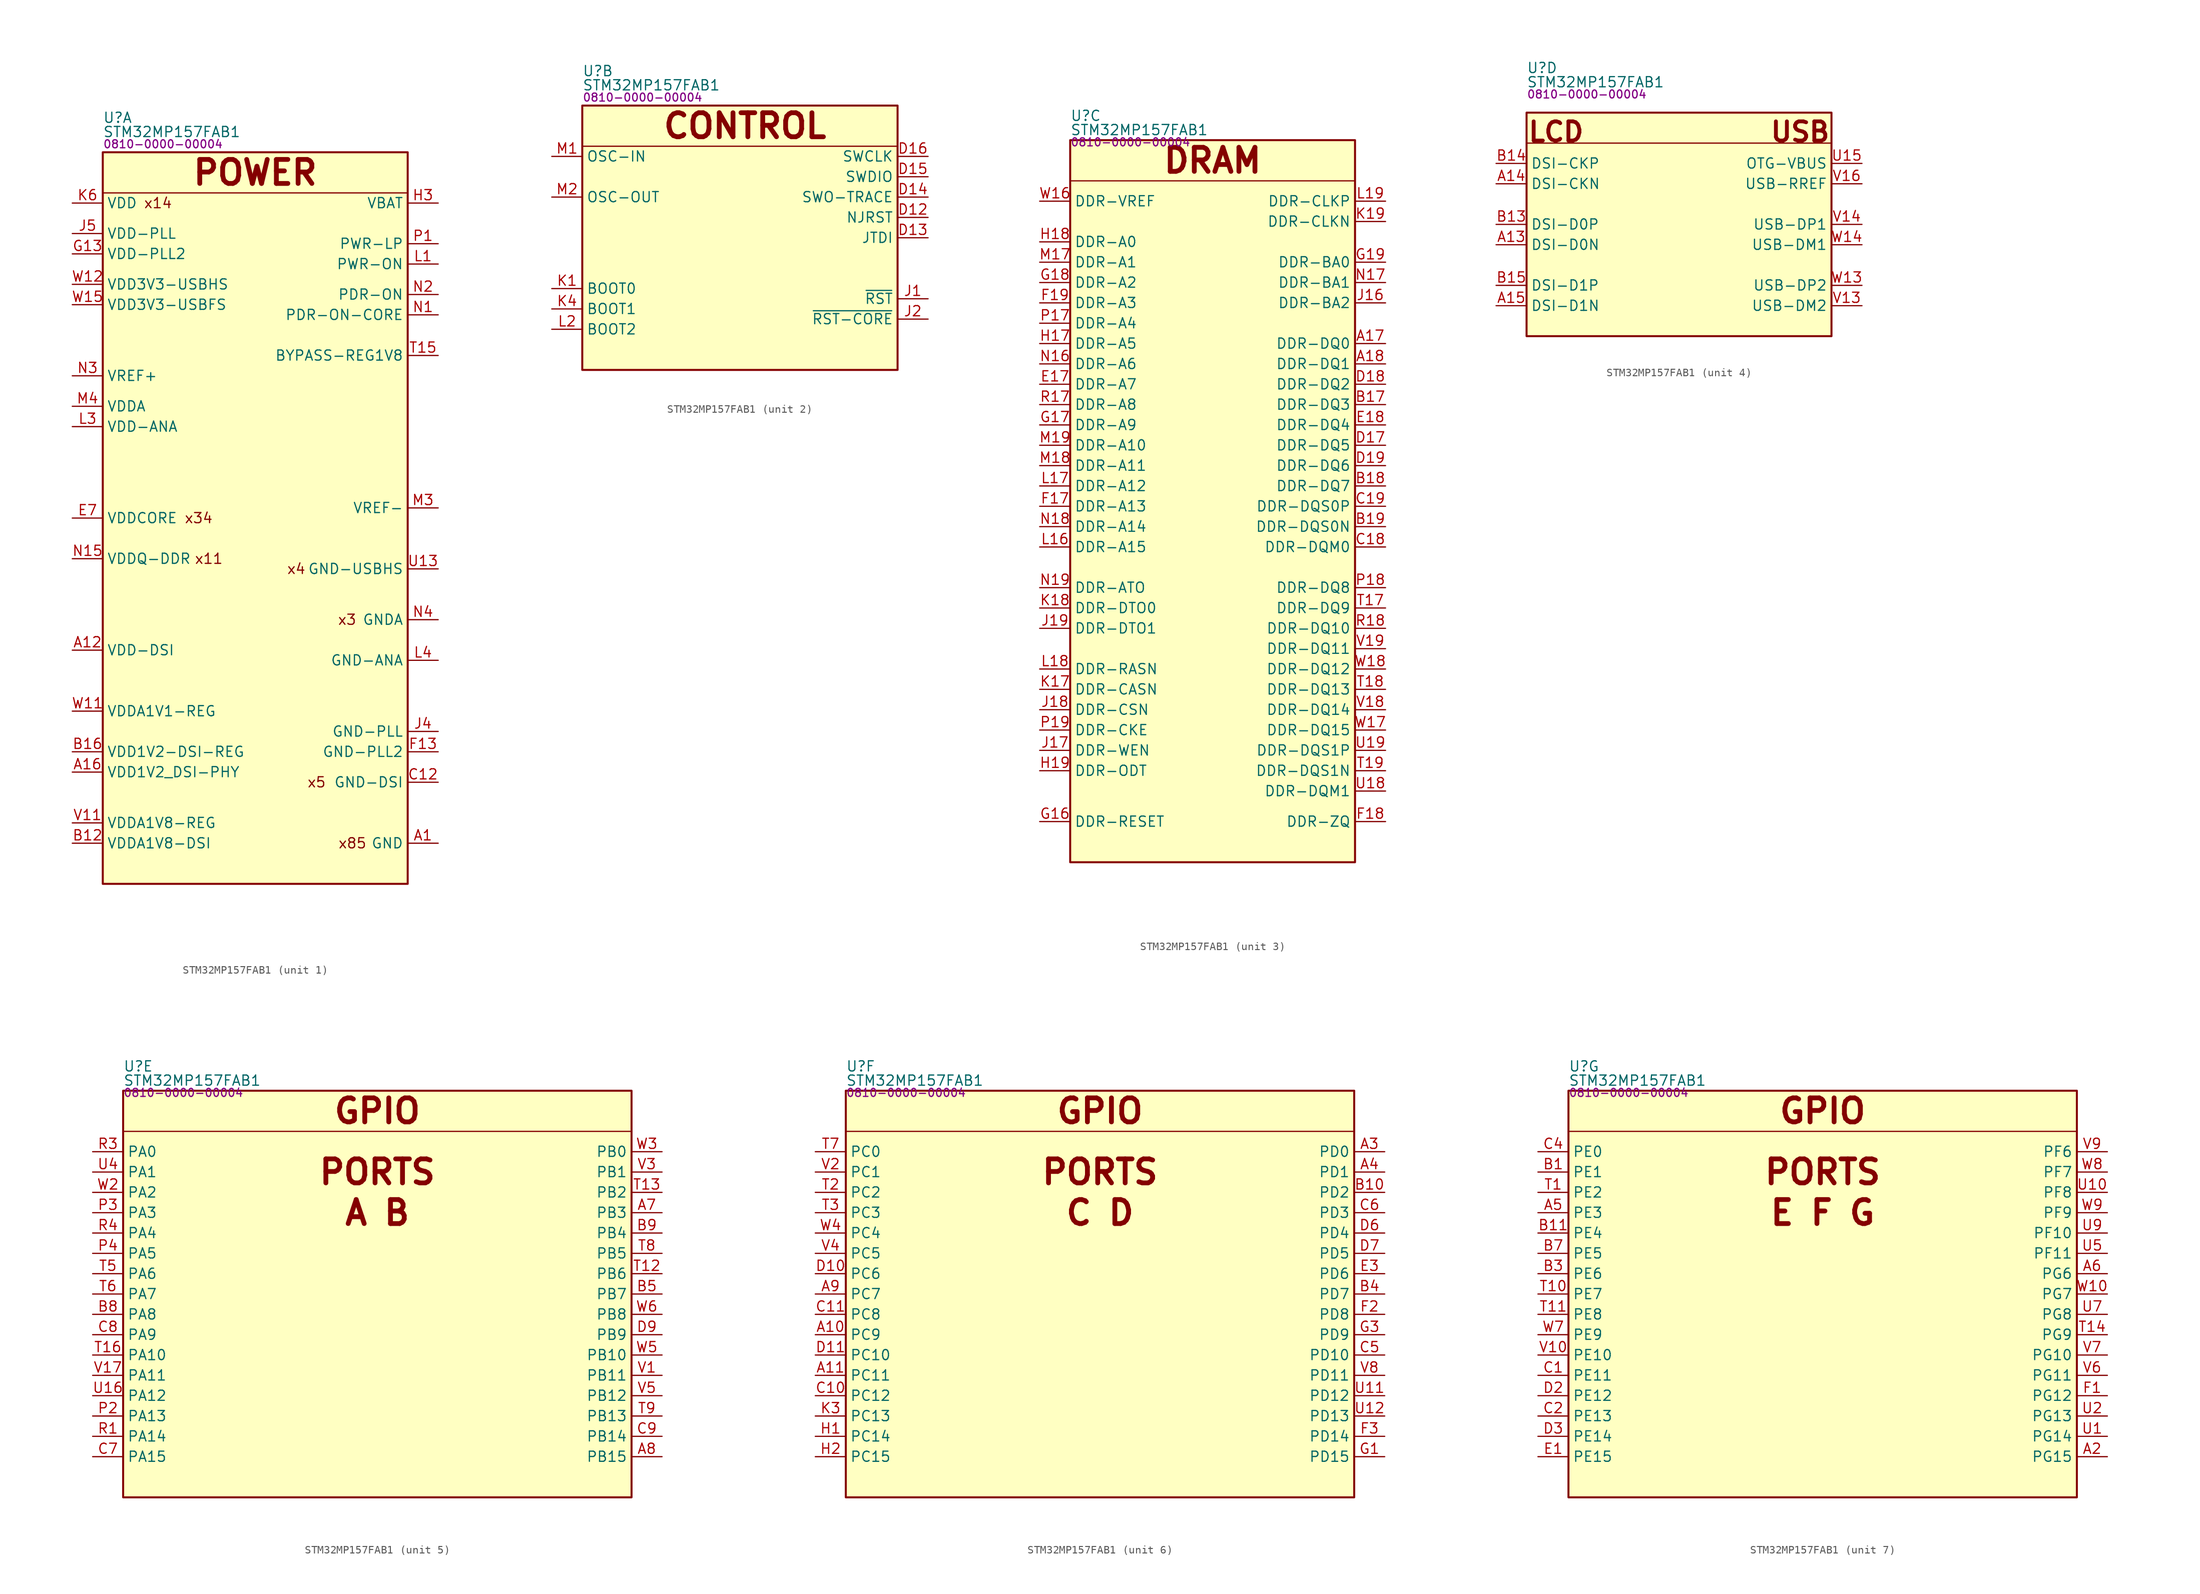
<source format=kicad_sym>
(kicad_symbol_lib
  (version 20231120)
  (generator "kicad_symbol_editor")
  (generator_version "8.0")
  (symbol "STM32MP157FAB1"
    (property "Reference" "U"
      (at 0 5.588 0)
      (effects (font (size 1.27 1.27)) (justify left)))
    (property "Value" "STM32MP157FAB1"
      (at 0 3.81 0)
      (effects (font (size 1.27 1.27)) (justify left)))
    (property "PartNumber" "0810-0000-00004"
      (at 0 2.286 0)
      (effects (font (size 1 1)) (justify left)))
    (property "ki_locked" ""
      (at 0 0 0)
      (effects (font (size 1.27 1.27))))
    (symbol "STM32MP157FAB1_1_0"
      (text "POWER" (at 19.05 -1.27 0) (effects (font (size 3 3) (bold yes)))))
    (symbol "STM32MP157FAB1_1_1"
      (polyline (pts (xy 0 -3.81) (xy 38.1 -3.81)) (stroke (width 0) (type default)) (fill (type none)))
      (rectangle (start 0 1.27) (end 38.1 -90.17) (stroke (width 0.25) (type default)) (fill (type background)))
      (text "x11" (at 11.43 -49.53 0) (effects (font (size 1.27 1.27)) (justify left)))
      (text "x14" (at 5.08 -5.08 0) (effects (font (size 1.27 1.27)) (justify left)))
      (text "x3" (at 31.75 -57.15 0) (effects (font (size 1.27 1.27)) (justify right)))
      (text "x34" (at 10.16 -44.45 0) (effects (font (size 1.27 1.27)) (justify left)))
      (text "x4" (at 25.4 -50.8 0) (effects (font (size 1.27 1.27)) (justify right)))
      (text "x5" (at 27.94 -77.47 0) (effects (font (size 1.27 1.27)) (justify right)))
      (text "x85" (at 33.02 -85.09 0) (effects (font (size 1.27 1.27)) (justify right)))
      (pin power_in line (at 41.91 -85.09 180) (length 3.81) (name "GND" (effects (font (size 1.27 1.27)))) (number "A1" (effects (font (size 1.27 1.27)))))
      (pin power_in line (at -3.81 -60.96 0) (length 3.81) (name "VDD-DSI" (effects (font (size 1.27 1.27)))) (number "A12" (effects (font (size 1.27 1.27)))))
      (pin power_in line (at -3.81 -76.2 0) (length 3.81) (name "VDD1V2_DSI-PHY" (effects (font (size 1.27 1.27)))) (number "A16" (effects (font (size 1.27 1.27)))))
      (pin power_in line (at 41.91 -85.09 180) (length 3.81) hide (name "GND" (effects (font (size 1.27 1.27)))) (number "A19" (effects (font (size 1.27 1.27)))))
      (pin power_in line (at -3.81 -85.09 0) (length 3.81) (name "VDDA1V8-DSI" (effects (font (size 1.27 1.27)))) (number "B12" (effects (font (size 1.27 1.27)))))
      (pin power_in line (at -3.81 -73.66 0) (length 3.81) (name "VDD1V2-DSI-REG" (effects (font (size 1.27 1.27)))) (number "B16" (effects (font (size 1.27 1.27)))))
      (pin power_in line (at 41.91 -85.09 180) (length 3.81) hide (name "GND" (effects (font (size 1.27 1.27)))) (number "B2" (effects (font (size 1.27 1.27)))))
      (pin power_in line (at 41.91 -85.09 180) (length 3.81) hide (name "GND" (effects (font (size 1.27 1.27)))) (number "B6" (effects (font (size 1.27 1.27)))))
      (pin power_in line (at 41.91 -77.47 180) (length 3.81) (name "GND-DSI" (effects (font (size 1.27 1.27)))) (number "C12" (effects (font (size 1.27 1.27)))))
      (pin power_in line (at 41.91 -77.47 180) (length 3.81) hide (name "GND-DSI" (effects (font (size 1.27 1.27)))) (number "C13" (effects (font (size 1.27 1.27)))))
      (pin power_in line (at 41.91 -77.47 180) (length 3.81) hide (name "GND-DSI" (effects (font (size 1.27 1.27)))) (number "C14" (effects (font (size 1.27 1.27)))))
      (pin power_in line (at 41.91 -77.47 180) (length 3.81) hide (name "GND-DSI" (effects (font (size 1.27 1.27)))) (number "C15" (effects (font (size 1.27 1.27)))))
      (pin power_in line (at 41.91 -77.47 180) (length 3.81) hide (name "GND-DSI" (effects (font (size 1.27 1.27)))) (number "C16" (effects (font (size 1.27 1.27)))))
      (pin power_in line (at 41.91 -85.09 180) (length 3.81) hide (name "GND" (effects (font (size 1.27 1.27)))) (number "C17" (effects (font (size 1.27 1.27)))))
      (pin power_in line (at 41.91 -85.09 180) (length 3.81) hide (name "GND" (effects (font (size 1.27 1.27)))) (number "C3" (effects (font (size 1.27 1.27)))))
      (pin power_in line (at 41.91 -85.09 180) (length 3.81) hide (name "GND" (effects (font (size 1.27 1.27)))) (number "D1" (effects (font (size 1.27 1.27)))))
      (pin power_in line (at 41.91 -85.09 180) (length 3.81) hide (name "GND" (effects (font (size 1.27 1.27)))) (number "D4" (effects (font (size 1.27 1.27)))))
      (pin power_in line (at 41.91 -85.09 180) (length 3.81) hide (name "GND" (effects (font (size 1.27 1.27)))) (number "D5" (effects (font (size 1.27 1.27)))))
      (pin power_in line (at 41.91 -85.09 180) (length 3.81) hide (name "GND" (effects (font (size 1.27 1.27)))) (number "D8" (effects (font (size 1.27 1.27)))))
      (pin power_in line (at 41.91 -85.09 180) (length 3.81) hide (name "GND" (effects (font (size 1.27 1.27)))) (number "E10" (effects (font (size 1.27 1.27)))))
      (pin power_in line (at -3.81 -44.45 0) (length 3.81) hide (name "VDDCORE" (effects (font (size 1.27 1.27)))) (number "E11" (effects (font (size 1.27 1.27)))))
      (pin power_in line (at 41.91 -85.09 180) (length 3.81) hide (name "GND" (effects (font (size 1.27 1.27)))) (number "E12" (effects (font (size 1.27 1.27)))))
      (pin power_in line (at -3.81 -44.45 0) (length 3.81) hide (name "VDDCORE" (effects (font (size 1.27 1.27)))) (number "E13" (effects (font (size 1.27 1.27)))))
      (pin power_in line (at 41.91 -85.09 180) (length 3.81) hide (name "GND" (effects (font (size 1.27 1.27)))) (number "E14" (effects (font (size 1.27 1.27)))))
      (pin power_in line (at -3.81 -49.53 0) (length 3.81) hide (name "VDDQ-DDR" (effects (font (size 1.27 1.27)))) (number "E15" (effects (font (size 1.27 1.27)))))
      (pin power_in line (at 41.91 -85.09 180) (length 3.81) hide (name "GND" (effects (font (size 1.27 1.27)))) (number "E16" (effects (font (size 1.27 1.27)))))
      (pin power_in line (at 41.91 -85.09 180) (length 3.81) hide (name "GND" (effects (font (size 1.27 1.27)))) (number "E2" (effects (font (size 1.27 1.27)))))
      (pin power_in line (at 41.91 -85.09 180) (length 3.81) hide (name "GND" (effects (font (size 1.27 1.27)))) (number "E4" (effects (font (size 1.27 1.27)))))
      (pin power_in line (at 41.91 -85.09 180) (length 3.81) hide (name "GND" (effects (font (size 1.27 1.27)))) (number "E5" (effects (font (size 1.27 1.27)))))
      (pin power_in line (at 41.91 -85.09 180) (length 3.81) hide (name "GND" (effects (font (size 1.27 1.27)))) (number "E6" (effects (font (size 1.27 1.27)))))
      (pin power_in line (at -3.81 -44.45 0) (length 3.81) (name "VDDCORE" (effects (font (size 1.27 1.27)))) (number "E7" (effects (font (size 1.27 1.27)))))
      (pin power_in line (at 41.91 -85.09 180) (length 3.81) hide (name "GND" (effects (font (size 1.27 1.27)))) (number "E8" (effects (font (size 1.27 1.27)))))
      (pin power_in line (at -3.81 -44.45 0) (length 3.81) hide (name "VDDCORE" (effects (font (size 1.27 1.27)))) (number "E9" (effects (font (size 1.27 1.27)))))
      (pin power_in line (at -3.81 -44.45 0) (length 3.81) hide (name "VDDCORE" (effects (font (size 1.27 1.27)))) (number "F10" (effects (font (size 1.27 1.27)))))
      (pin power_in line (at 41.91 -85.09 180) (length 3.81) hide (name "GND" (effects (font (size 1.27 1.27)))) (number "F11" (effects (font (size 1.27 1.27)))))
      (pin power_in line (at -3.81 -44.45 0) (length 3.81) hide (name "VDDCORE" (effects (font (size 1.27 1.27)))) (number "F12" (effects (font (size 1.27 1.27)))))
      (pin power_in line (at 41.91 -73.66 180) (length 3.81) (name "GND-PLL2" (effects (font (size 1.27 1.27)))) (number "F13" (effects (font (size 1.27 1.27)))))
      (pin power_in line (at -3.81 -49.53 0) (length 3.81) hide (name "VDDQ-DDR" (effects (font (size 1.27 1.27)))) (number "F14" (effects (font (size 1.27 1.27)))))
      (pin power_in line (at 41.91 -85.09 180) (length 3.81) hide (name "GND" (effects (font (size 1.27 1.27)))) (number "F15" (effects (font (size 1.27 1.27)))))
      (pin power_in line (at -3.81 -44.45 0) (length 3.81) hide (name "VDDCORE" (effects (font (size 1.27 1.27)))) (number "F4" (effects (font (size 1.27 1.27)))))
      (pin power_in line (at 41.91 -85.09 180) (length 3.81) hide (name "GND" (effects (font (size 1.27 1.27)))) (number "F5" (effects (font (size 1.27 1.27)))))
      (pin power_in line (at -3.81 -44.45 0) (length 3.81) hide (name "VDDCORE" (effects (font (size 1.27 1.27)))) (number "F6" (effects (font (size 1.27 1.27)))))
      (pin power_in line (at 41.91 -85.09 180) (length 3.81) hide (name "GND" (effects (font (size 1.27 1.27)))) (number "F7" (effects (font (size 1.27 1.27)))))
      (pin power_in line (at -3.81 -44.45 0) (length 3.81) hide (name "VDDCORE" (effects (font (size 1.27 1.27)))) (number "F8" (effects (font (size 1.27 1.27)))))
      (pin power_in line (at 41.91 -85.09 180) (length 3.81) hide (name "GND" (effects (font (size 1.27 1.27)))) (number "F9" (effects (font (size 1.27 1.27)))))
      (pin power_in line (at 41.91 -85.09 180) (length 3.81) hide (name "GND" (effects (font (size 1.27 1.27)))) (number "G10" (effects (font (size 1.27 1.27)))))
      (pin power_in line (at -3.81 -44.45 0) (length 3.81) hide (name "VDDCORE" (effects (font (size 1.27 1.27)))) (number "G11" (effects (font (size 1.27 1.27)))))
      (pin power_in line (at 41.91 -85.09 180) (length 3.81) hide (name "GND" (effects (font (size 1.27 1.27)))) (number "G12" (effects (font (size 1.27 1.27)))))
      (pin power_in line (at -3.81 -11.43 0) (length 3.81) (name "VDD-PLL2" (effects (font (size 1.27 1.27)))) (number "G13" (effects (font (size 1.27 1.27)))))
      (pin power_in line (at 41.91 -85.09 180) (length 3.81) hide (name "GND" (effects (font (size 1.27 1.27)))) (number "G14" (effects (font (size 1.27 1.27)))))
      (pin power_in line (at -3.81 -49.53 0) (length 3.81) hide (name "VDDQ-DDR" (effects (font (size 1.27 1.27)))) (number "G15" (effects (font (size 1.27 1.27)))))
      (pin power_in line (at 41.91 -85.09 180) (length 3.81) hide (name "GND" (effects (font (size 1.27 1.27)))) (number "G2" (effects (font (size 1.27 1.27)))))
      (pin power_in line (at 41.91 -85.09 180) (length 3.81) hide (name "GND" (effects (font (size 1.27 1.27)))) (number "G4" (effects (font (size 1.27 1.27)))))
      (pin power_in line (at -3.81 -44.45 0) (length 3.81) hide (name "VDDCORE" (effects (font (size 1.27 1.27)))) (number "G5" (effects (font (size 1.27 1.27)))))
      (pin power_in line (at 41.91 -85.09 180) (length 3.81) hide (name "GND" (effects (font (size 1.27 1.27)))) (number "G6" (effects (font (size 1.27 1.27)))))
      (pin power_in line (at -3.81 -44.45 0) (length 3.81) hide (name "VDDCORE" (effects (font (size 1.27 1.27)))) (number "G7" (effects (font (size 1.27 1.27)))))
      (pin power_in line (at 41.91 -85.09 180) (length 3.81) hide (name "GND" (effects (font (size 1.27 1.27)))) (number "G8" (effects (font (size 1.27 1.27)))))
      (pin power_in line (at -3.81 -44.45 0) (length 3.81) hide (name "VDDCORE" (effects (font (size 1.27 1.27)))) (number "G9" (effects (font (size 1.27 1.27)))))
      (pin power_in line (at -3.81 -44.45 0) (length 3.81) hide (name "VDDCORE" (effects (font (size 1.27 1.27)))) (number "H10" (effects (font (size 1.27 1.27)))))
      (pin power_in line (at 41.91 -85.09 180) (length 3.81) hide (name "GND" (effects (font (size 1.27 1.27)))) (number "H11" (effects (font (size 1.27 1.27)))))
      (pin power_in line (at -3.81 -44.45 0) (length 3.81) hide (name "VDDCORE" (effects (font (size 1.27 1.27)))) (number "H12" (effects (font (size 1.27 1.27)))))
      (pin power_in line (at 41.91 -85.09 180) (length 3.81) hide (name "GND" (effects (font (size 1.27 1.27)))) (number "H13" (effects (font (size 1.27 1.27)))))
      (pin power_in line (at -3.81 -49.53 0) (length 3.81) hide (name "VDDQ-DDR" (effects (font (size 1.27 1.27)))) (number "H14" (effects (font (size 1.27 1.27)))))
      (pin power_in line (at 41.91 -85.09 180) (length 3.81) hide (name "GND" (effects (font (size 1.27 1.27)))) (number "H15" (effects (font (size 1.27 1.27)))))
      (pin input line (at 41.91 -5.08 180) (length 3.81) (name "VBAT" (effects (font (size 1.27 1.27)))) (number "H3" (effects (font (size 1.27 1.27)))))
      (pin power_in line (at -3.81 -44.45 0) (length 3.81) hide (name "VDDCORE" (effects (font (size 1.27 1.27)))) (number "H4" (effects (font (size 1.27 1.27)))))
      (pin power_in line (at 41.91 -85.09 180) (length 3.81) hide (name "GND" (effects (font (size 1.27 1.27)))) (number "H5" (effects (font (size 1.27 1.27)))))
      (pin power_in line (at -3.81 -44.45 0) (length 3.81) hide (name "VDDCORE" (effects (font (size 1.27 1.27)))) (number "H6" (effects (font (size 1.27 1.27)))))
      (pin power_in line (at 41.91 -85.09 180) (length 3.81) hide (name "GND" (effects (font (size 1.27 1.27)))) (number "H7" (effects (font (size 1.27 1.27)))))
      (pin power_in line (at -3.81 -44.45 0) (length 3.81) hide (name "VDDCORE" (effects (font (size 1.27 1.27)))) (number "H8" (effects (font (size 1.27 1.27)))))
      (pin power_in line (at 41.91 -85.09 180) (length 3.81) hide (name "GND" (effects (font (size 1.27 1.27)))) (number "H9" (effects (font (size 1.27 1.27)))))
      (pin power_in line (at 41.91 -85.09 180) (length 3.81) hide (name "GND" (effects (font (size 1.27 1.27)))) (number "J10" (effects (font (size 1.27 1.27)))))
      (pin power_in line (at -3.81 -44.45 0) (length 3.81) hide (name "VDDCORE" (effects (font (size 1.27 1.27)))) (number "J11" (effects (font (size 1.27 1.27)))))
      (pin power_in line (at 41.91 -85.09 180) (length 3.81) hide (name "GND" (effects (font (size 1.27 1.27)))) (number "J12" (effects (font (size 1.27 1.27)))))
      (pin power_in line (at -3.81 -44.45 0) (length 3.81) hide (name "VDDCORE" (effects (font (size 1.27 1.27)))) (number "J13" (effects (font (size 1.27 1.27)))))
      (pin power_in line (at 41.91 -85.09 180) (length 3.81) hide (name "GND" (effects (font (size 1.27 1.27)))) (number "J14" (effects (font (size 1.27 1.27)))))
      (pin power_in line (at -3.81 -49.53 0) (length 3.81) hide (name "VDDQ-DDR" (effects (font (size 1.27 1.27)))) (number "J15" (effects (font (size 1.27 1.27)))))
      (pin power_in line (at 41.91 -85.09 180) (length 3.81) hide (name "GND" (effects (font (size 1.27 1.27)))) (number "J3" (effects (font (size 1.27 1.27)))))
      (pin power_in line (at 41.91 -71.12 180) (length 3.81) (name "GND-PLL" (effects (font (size 1.27 1.27)))) (number "J4" (effects (font (size 1.27 1.27)))))
      (pin power_in line (at -3.81 -8.89 0) (length 3.81) (name "VDD-PLL" (effects (font (size 1.27 1.27)))) (number "J5" (effects (font (size 1.27 1.27)))))
      (pin power_in line (at 41.91 -85.09 180) (length 3.81) hide (name "GND" (effects (font (size 1.27 1.27)))) (number "J6" (effects (font (size 1.27 1.27)))))
      (pin power_in line (at -3.81 -44.45 0) (length 3.81) hide (name "VDDCORE" (effects (font (size 1.27 1.27)))) (number "J7" (effects (font (size 1.27 1.27)))))
      (pin power_in line (at 41.91 -85.09 180) (length 3.81) hide (name "GND" (effects (font (size 1.27 1.27)))) (number "J8" (effects (font (size 1.27 1.27)))))
      (pin power_in line (at -3.81 -44.45 0) (length 3.81) hide (name "VDDCORE" (effects (font (size 1.27 1.27)))) (number "J9" (effects (font (size 1.27 1.27)))))
      (pin power_in line (at -3.81 -44.45 0) (length 3.81) hide (name "VDDCORE" (effects (font (size 1.27 1.27)))) (number "K10" (effects (font (size 1.27 1.27)))))
      (pin power_in line (at 41.91 -85.09 180) (length 3.81) hide (name "GND" (effects (font (size 1.27 1.27)))) (number "K11" (effects (font (size 1.27 1.27)))))
      (pin power_in line (at -3.81 -44.45 0) (length 3.81) hide (name "VDDCORE" (effects (font (size 1.27 1.27)))) (number "K12" (effects (font (size 1.27 1.27)))))
      (pin power_in line (at 41.91 -85.09 180) (length 3.81) hide (name "GND" (effects (font (size 1.27 1.27)))) (number "K13" (effects (font (size 1.27 1.27)))))
      (pin power_in line (at -3.81 -49.53 0) (length 3.81) hide (name "VDDQ-DDR" (effects (font (size 1.27 1.27)))) (number "K14" (effects (font (size 1.27 1.27)))))
      (pin power_in line (at 41.91 -85.09 180) (length 3.81) hide (name "GND" (effects (font (size 1.27 1.27)))) (number "K15" (effects (font (size 1.27 1.27)))))
      (pin power_in line (at 41.91 -85.09 180) (length 3.81) hide (name "GND" (effects (font (size 1.27 1.27)))) (number "K2" (effects (font (size 1.27 1.27)))))
      (pin power_in line (at 41.91 -85.09 180) (length 3.81) hide (name "GND" (effects (font (size 1.27 1.27)))) (number "K5" (effects (font (size 1.27 1.27)))))
      (pin power_in line (at -3.81 -5.08 0) (length 3.81) (name "VDD" (effects (font (size 1.27 1.27)))) (number "K6" (effects (font (size 1.27 1.27)))))
      (pin power_in line (at 41.91 -85.09 180) (length 3.81) hide (name "GND" (effects (font (size 1.27 1.27)))) (number "K7" (effects (font (size 1.27 1.27)))))
      (pin power_in line (at -3.81 -44.45 0) (length 3.81) hide (name "VDDCORE" (effects (font (size 1.27 1.27)))) (number "K8" (effects (font (size 1.27 1.27)))))
      (pin power_in line (at 41.91 -85.09 180) (length 3.81) hide (name "GND" (effects (font (size 1.27 1.27)))) (number "K9" (effects (font (size 1.27 1.27)))))
      (pin input line (at 41.91 -12.7 180) (length 3.81) (name "PWR-ON" (effects (font (size 1.27 1.27)))) (number "L1" (effects (font (size 1.27 1.27)))))
      (pin power_in line (at 41.91 -85.09 180) (length 3.81) hide (name "GND" (effects (font (size 1.27 1.27)))) (number "L10" (effects (font (size 1.27 1.27)))))
      (pin power_in line (at -3.81 -44.45 0) (length 3.81) hide (name "VDDCORE" (effects (font (size 1.27 1.27)))) (number "L11" (effects (font (size 1.27 1.27)))))
      (pin power_in line (at 41.91 -85.09 180) (length 3.81) hide (name "GND" (effects (font (size 1.27 1.27)))) (number "L12" (effects (font (size 1.27 1.27)))))
      (pin power_in line (at -3.81 -44.45 0) (length 3.81) hide (name "VDDCORE" (effects (font (size 1.27 1.27)))) (number "L13" (effects (font (size 1.27 1.27)))))
      (pin power_in line (at 41.91 -85.09 180) (length 3.81) hide (name "GND" (effects (font (size 1.27 1.27)))) (number "L14" (effects (font (size 1.27 1.27)))))
      (pin power_in line (at -3.81 -49.53 0) (length 3.81) hide (name "VDDQ-DDR" (effects (font (size 1.27 1.27)))) (number "L15" (effects (font (size 1.27 1.27)))))
      (pin power_in line (at -3.81 -33.02 0) (length 3.81) (name "VDD-ANA" (effects (font (size 1.27 1.27)))) (number "L3" (effects (font (size 1.27 1.27)))))
      (pin power_in line (at 41.91 -62.23 180) (length 3.81) (name "GND-ANA" (effects (font (size 1.27 1.27)))) (number "L4" (effects (font (size 1.27 1.27)))))
      (pin power_in line (at -3.81 -5.08 0) (length 3.81) hide (name "VDD" (effects (font (size 1.27 1.27)))) (number "L5" (effects (font (size 1.27 1.27)))))
      (pin power_in line (at 41.91 -85.09 180) (length 3.81) hide (name "GND" (effects (font (size 1.27 1.27)))) (number "L6" (effects (font (size 1.27 1.27)))))
      (pin power_in line (at -3.81 -5.08 0) (length 3.81) hide (name "VDD" (effects (font (size 1.27 1.27)))) (number "L7" (effects (font (size 1.27 1.27)))))
      (pin power_in line (at 41.91 -85.09 180) (length 3.81) hide (name "GND" (effects (font (size 1.27 1.27)))) (number "L8" (effects (font (size 1.27 1.27)))))
      (pin power_in line (at -3.81 -44.45 0) (length 3.81) hide (name "VDDCORE" (effects (font (size 1.27 1.27)))) (number "L9" (effects (font (size 1.27 1.27)))))
      (pin power_in line (at -3.81 -44.45 0) (length 3.81) hide (name "VDDCORE" (effects (font (size 1.27 1.27)))) (number "M10" (effects (font (size 1.27 1.27)))))
      (pin power_in line (at 41.91 -85.09 180) (length 3.81) hide (name "GND" (effects (font (size 1.27 1.27)))) (number "M11" (effects (font (size 1.27 1.27)))))
      (pin power_in line (at -3.81 -44.45 0) (length 3.81) hide (name "VDDCORE" (effects (font (size 1.27 1.27)))) (number "M12" (effects (font (size 1.27 1.27)))))
      (pin power_in line (at 41.91 -85.09 180) (length 3.81) hide (name "GND" (effects (font (size 1.27 1.27)))) (number "M13" (effects (font (size 1.27 1.27)))))
      (pin power_in line (at -3.81 -49.53 0) (length 3.81) hide (name "VDDQ-DDR" (effects (font (size 1.27 1.27)))) (number "M14" (effects (font (size 1.27 1.27)))))
      (pin power_in line (at 41.91 -85.09 180) (length 3.81) hide (name "GND" (effects (font (size 1.27 1.27)))) (number "M15" (effects (font (size 1.27 1.27)))))
      (pin input line (at 41.91 -43.18 180) (length 3.81) (name "VREF-" (effects (font (size 1.27 1.27)))) (number "M3" (effects (font (size 1.27 1.27)))))
      (pin power_in line (at -3.81 -30.48 0) (length 3.81) (name "VDDA" (effects (font (size 1.27 1.27)))) (number "M4" (effects (font (size 1.27 1.27)))))
      (pin power_in line (at 41.91 -85.09 180) (length 3.81) hide (name "GND" (effects (font (size 1.27 1.27)))) (number "M5" (effects (font (size 1.27 1.27)))))
      (pin power_in line (at -3.81 -5.08 0) (length 3.81) hide (name "VDD" (effects (font (size 1.27 1.27)))) (number "M6" (effects (font (size 1.27 1.27)))))
      (pin power_in line (at 41.91 -85.09 180) (length 3.81) hide (name "GND" (effects (font (size 1.27 1.27)))) (number "M7" (effects (font (size 1.27 1.27)))))
      (pin power_in line (at -3.81 -5.08 0) (length 3.81) hide (name "VDD" (effects (font (size 1.27 1.27)))) (number "M8" (effects (font (size 1.27 1.27)))))
      (pin power_in line (at 41.91 -85.09 180) (length 3.81) hide (name "GND" (effects (font (size 1.27 1.27)))) (number "M9" (effects (font (size 1.27 1.27)))))
      (pin input line (at 41.91 -19.05 180) (length 3.81) (name "PDR-ON-CORE" (effects (font (size 1.27 1.27)))) (number "N1" (effects (font (size 1.27 1.27)))))
      (pin power_in line (at 41.91 -85.09 180) (length 3.81) hide (name "GND" (effects (font (size 1.27 1.27)))) (number "N10" (effects (font (size 1.27 1.27)))))
      (pin power_in line (at -3.81 -44.45 0) (length 3.81) hide (name "VDDCORE" (effects (font (size 1.27 1.27)))) (number "N11" (effects (font (size 1.27 1.27)))))
      (pin power_in line (at 41.91 -85.09 180) (length 3.81) hide (name "GND" (effects (font (size 1.27 1.27)))) (number "N12" (effects (font (size 1.27 1.27)))))
      (pin power_in line (at -3.81 -44.45 0) (length 3.81) hide (name "VDDCORE" (effects (font (size 1.27 1.27)))) (number "N13" (effects (font (size 1.27 1.27)))))
      (pin power_in line (at 41.91 -85.09 180) (length 3.81) hide (name "GND" (effects (font (size 1.27 1.27)))) (number "N14" (effects (font (size 1.27 1.27)))))
      (pin power_in line (at -3.81 -49.53 0) (length 3.81) (name "VDDQ-DDR" (effects (font (size 1.27 1.27)))) (number "N15" (effects (font (size 1.27 1.27)))))
      (pin input line (at 41.91 -16.51 180) (length 3.81) (name "PDR-ON" (effects (font (size 1.27 1.27)))) (number "N2" (effects (font (size 1.27 1.27)))))
      (pin input line (at -3.81 -26.67 0) (length 3.81) (name "VREF+" (effects (font (size 1.27 1.27)))) (number "N3" (effects (font (size 1.27 1.27)))))
      (pin power_in line (at 41.91 -57.15 180) (length 3.81) (name "GNDA" (effects (font (size 1.27 1.27)))) (number "N4" (effects (font (size 1.27 1.27)))))
      (pin power_in line (at -3.81 -5.08 0) (length 3.81) hide (name "VDD" (effects (font (size 1.27 1.27)))) (number "N5" (effects (font (size 1.27 1.27)))))
      (pin power_in line (at 41.91 -85.09 180) (length 3.81) hide (name "GND" (effects (font (size 1.27 1.27)))) (number "N6" (effects (font (size 1.27 1.27)))))
      (pin power_in line (at -3.81 -5.08 0) (length 3.81) hide (name "VDD" (effects (font (size 1.27 1.27)))) (number "N7" (effects (font (size 1.27 1.27)))))
      (pin power_in line (at 41.91 -85.09 180) (length 3.81) hide (name "GND" (effects (font (size 1.27 1.27)))) (number "N8" (effects (font (size 1.27 1.27)))))
      (pin power_in line (at -3.81 -5.08 0) (length 3.81) hide (name "VDD" (effects (font (size 1.27 1.27)))) (number "N9" (effects (font (size 1.27 1.27)))))
      (pin input line (at 41.91 -10.16 180) (length 3.81) (name "PWR-LP" (effects (font (size 1.27 1.27)))) (number "P1" (effects (font (size 1.27 1.27)))))
      (pin power_in line (at -3.81 -5.08 0) (length 3.81) hide (name "VDD" (effects (font (size 1.27 1.27)))) (number "P10" (effects (font (size 1.27 1.27)))))
      (pin power_in line (at 41.91 -85.09 180) (length 3.81) hide (name "GND" (effects (font (size 1.27 1.27)))) (number "P11" (effects (font (size 1.27 1.27)))))
      (pin power_in line (at -3.81 -44.45 0) (length 3.81) hide (name "VDDCORE" (effects (font (size 1.27 1.27)))) (number "P12" (effects (font (size 1.27 1.27)))))
      (pin power_in line (at 41.91 -85.09 180) (length 3.81) hide (name "GND" (effects (font (size 1.27 1.27)))) (number "P13" (effects (font (size 1.27 1.27)))))
      (pin power_in line (at -3.81 -49.53 0) (length 3.81) hide (name "VDDQ-DDR" (effects (font (size 1.27 1.27)))) (number "P14" (effects (font (size 1.27 1.27)))))
      (pin power_in line (at 41.91 -85.09 180) (length 3.81) hide (name "GND" (effects (font (size 1.27 1.27)))) (number "P15" (effects (font (size 1.27 1.27)))))
      (pin power_in line (at 41.91 -57.15 180) (length 3.81) hide (name "GNDA" (effects (font (size 1.27 1.27)))) (number "P5" (effects (font (size 1.27 1.27)))))
      (pin power_in line (at -3.81 -5.08 0) (length 3.81) hide (name "VDD" (effects (font (size 1.27 1.27)))) (number "P6" (effects (font (size 1.27 1.27)))))
      (pin power_in line (at 41.91 -85.09 180) (length 3.81) hide (name "GND" (effects (font (size 1.27 1.27)))) (number "P7" (effects (font (size 1.27 1.27)))))
      (pin power_in line (at -3.81 -5.08 0) (length 3.81) hide (name "VDD" (effects (font (size 1.27 1.27)))) (number "P8" (effects (font (size 1.27 1.27)))))
      (pin power_in line (at 41.91 -85.09 180) (length 3.81) hide (name "GND" (effects (font (size 1.27 1.27)))) (number "P9" (effects (font (size 1.27 1.27)))))
      (pin power_in line (at 41.91 -85.09 180) (length 3.81) hide (name "GND" (effects (font (size 1.27 1.27)))) (number "R10" (effects (font (size 1.27 1.27)))))
      (pin power_in line (at -3.81 -5.08 0) (length 3.81) hide (name "VDD" (effects (font (size 1.27 1.27)))) (number "R11" (effects (font (size 1.27 1.27)))))
      (pin power_in line (at 41.91 -85.09 180) (length 3.81) hide (name "GND" (effects (font (size 1.27 1.27)))) (number "R12" (effects (font (size 1.27 1.27)))))
      (pin power_in line (at -3.81 -44.45 0) (length 3.81) hide (name "VDDCORE" (effects (font (size 1.27 1.27)))) (number "R13" (effects (font (size 1.27 1.27)))))
      (pin power_in line (at 41.91 -85.09 180) (length 3.81) hide (name "GND" (effects (font (size 1.27 1.27)))) (number "R14" (effects (font (size 1.27 1.27)))))
      (pin power_in line (at -3.81 -49.53 0) (length 3.81) hide (name "VDDQ-DDR" (effects (font (size 1.27 1.27)))) (number "R15" (effects (font (size 1.27 1.27)))))
      (pin power_in line (at 41.91 -85.09 180) (length 3.81) hide (name "GND" (effects (font (size 1.27 1.27)))) (number "R16" (effects (font (size 1.27 1.27)))))
      (pin power_in line (at 41.91 -85.09 180) (length 3.81) hide (name "GND" (effects (font (size 1.27 1.27)))) (number "R2" (effects (font (size 1.27 1.27)))))
      (pin power_in line (at 41.91 -57.15 180) (length 3.81) hide (name "GNDA" (effects (font (size 1.27 1.27)))) (number "R5" (effects (font (size 1.27 1.27)))))
      (pin power_in line (at 41.91 -85.09 180) (length 3.81) hide (name "GND" (effects (font (size 1.27 1.27)))) (number "R6" (effects (font (size 1.27 1.27)))))
      (pin power_in line (at -3.81 -5.08 0) (length 3.81) hide (name "VDD" (effects (font (size 1.27 1.27)))) (number "R7" (effects (font (size 1.27 1.27)))))
      (pin power_in line (at 41.91 -85.09 180) (length 3.81) hide (name "GND" (effects (font (size 1.27 1.27)))) (number "R8" (effects (font (size 1.27 1.27)))))
      (pin power_in line (at -3.81 -5.08 0) (length 3.81) hide (name "VDD" (effects (font (size 1.27 1.27)))) (number "R9" (effects (font (size 1.27 1.27)))))
      (pin input line (at 41.91 -24.13 180) (length 3.81) (name "BYPASS-REG1V8" (effects (font (size 1.27 1.27)))) (number "T15" (effects (font (size 1.27 1.27)))))
      (pin power_in line (at 41.91 -85.09 180) (length 3.81) hide (name "GND" (effects (font (size 1.27 1.27)))) (number "T4" (effects (font (size 1.27 1.27)))))
      (pin power_in line (at 41.91 -50.8 180) (length 3.81) (name "GND-USBHS" (effects (font (size 1.27 1.27)))) (number "U13" (effects (font (size 1.27 1.27)))))
      (pin power_in line (at 41.91 -50.8 180) (length 3.81) hide (name "GND-USBHS" (effects (font (size 1.27 1.27)))) (number "U14" (effects (font (size 1.27 1.27)))))
      (pin power_in line (at 41.91 -85.09 180) (length 3.81) hide (name "GND" (effects (font (size 1.27 1.27)))) (number "U17" (effects (font (size 1.27 1.27)))))
      (pin power_in line (at 41.91 -85.09 180) (length 3.81) hide (name "GND" (effects (font (size 1.27 1.27)))) (number "U3" (effects (font (size 1.27 1.27)))))
      (pin power_in line (at 41.91 -85.09 180) (length 3.81) hide (name "GND" (effects (font (size 1.27 1.27)))) (number "U6" (effects (font (size 1.27 1.27)))))
      (pin power_in line (at 41.91 -85.09 180) (length 3.81) hide (name "GND" (effects (font (size 1.27 1.27)))) (number "U8" (effects (font (size 1.27 1.27)))))
      (pin power_in line (at -3.81 -82.55 0) (length 3.81) (name "VDDA1V8-REG" (effects (font (size 1.27 1.27)))) (number "V11" (effects (font (size 1.27 1.27)))))
      (pin power_in line (at 41.91 -50.8 180) (length 3.81) hide (name "GND-USBHS" (effects (font (size 1.27 1.27)))) (number "V12" (effects (font (size 1.27 1.27)))))
      (pin power_in line (at 41.91 -50.8 180) (length 3.81) hide (name "GND-USBHS" (effects (font (size 1.27 1.27)))) (number "V15" (effects (font (size 1.27 1.27)))))
      (pin power_in line (at 41.91 -85.09 180) (length 3.81) hide (name "GND" (effects (font (size 1.27 1.27)))) (number "W1" (effects (font (size 1.27 1.27)))))
      (pin power_in line (at -3.81 -68.58 0) (length 3.81) (name "VDDA1V1-REG" (effects (font (size 1.27 1.27)))) (number "W11" (effects (font (size 1.27 1.27)))))
      (pin power_in line (at -3.81 -15.24 0) (length 3.81) (name "VDD3V3-USBHS" (effects (font (size 1.27 1.27)))) (number "W12" (effects (font (size 1.27 1.27)))))
      (pin power_in line (at -3.81 -17.78 0) (length 3.81) (name "VDD3V3-USBFS" (effects (font (size 1.27 1.27)))) (number "W15" (effects (font (size 1.27 1.27)))))
      (pin power_in line (at 41.91 -85.09 180) (length 3.81) hide (name "GND" (effects (font (size 1.27 1.27)))) (number "W19" (effects (font (size 1.27 1.27))))))
    (symbol "STM32MP157FAB1_2_0"
      (text "CONTROL" (at 20.32 -1.27 0) (effects (font (size 3 3) (bold yes)))))
    (symbol "STM32MP157FAB1_2_1"
      (polyline (pts (xy 0 -3.81) (xy 39.37 -3.81)) (stroke (width 0) (type default)) (fill (type none)))
      (rectangle (start 0 1.27) (end 39.37 -31.75) (stroke (width 0.25) (type default)) (fill (type background)))
      (pin input line (at 43.18 -12.7 180) (length 3.81) (name "NJRST" (effects (font (size 1.27 1.27)))) (number "D12" (effects (font (size 1.27 1.27)))))
      (pin input line (at 43.18 -15.24 180) (length 3.81) (name "JTDI" (effects (font (size 1.27 1.27)))) (number "D13" (effects (font (size 1.27 1.27)))))
      (pin output line (at 43.18 -10.16 180) (length 3.81) (name "SWO-TRACE" (effects (font (size 1.27 1.27)))) (number "D14" (effects (font (size 1.27 1.27)))) (alternate "JTDO" output line) (alternate "JTDO_TRACE-SWO" output line) (alternate "SWO" output line))
      (pin bidirectional line (at 43.18 -7.62 180) (length 3.81) (name "SWDIO" (effects (font (size 1.27 1.27)))) (number "D15" (effects (font (size 1.27 1.27)))) (alternate "JTMS" bidirectional line) (alternate "JTMS_SWDIO" bidirectional line))
      (pin input line (at 43.18 -5.08 180) (length 3.81) (name "SWCLK" (effects (font (size 1.27 1.27)))) (number "D16" (effects (font (size 1.27 1.27)))) (alternate "JTCK" input line) (alternate "JTCK_SWCLK" input line))
      (pin input line (at 43.18 -22.86 180) (length 3.81) (name "~{RST}" (effects (font (size 1.27 1.27)))) (number "J1" (effects (font (size 1.27 1.27)))))
      (pin input line (at 43.18 -25.4 180) (length 3.81) (name "~{RST-CORE}" (effects (font (size 1.27 1.27)))) (number "J2" (effects (font (size 1.27 1.27)))))
      (pin input line (at -3.81 -21.59 0) (length 3.81) (name "BOOT0" (effects (font (size 1.27 1.27)))) (number "K1" (effects (font (size 1.27 1.27)))))
      (pin input line (at -3.81 -24.13 0) (length 3.81) (name "BOOT1" (effects (font (size 1.27 1.27)))) (number "K4" (effects (font (size 1.27 1.27)))))
      (pin input line (at -3.81 -26.67 0) (length 3.81) (name "BOOT2" (effects (font (size 1.27 1.27)))) (number "L2" (effects (font (size 1.27 1.27)))))
      (pin input line (at -3.81 -5.08 0) (length 3.81) (name "OSC-IN" (effects (font (size 1.27 1.27)))) (number "M1" (effects (font (size 1.27 1.27)))) (alternate "PH0" bidirectional line))
      (pin output line (at -3.81 -10.16 0) (length 3.81) (name "OSC-OUT" (effects (font (size 1.27 1.27)))) (number "M2" (effects (font (size 1.27 1.27)))) (alternate "PH1" bidirectional line)))
    (symbol "STM32MP157FAB1_3_0"
      (rectangle (start 0 2.54) (end 35.56 -87.63) (stroke (width 0.25) (type default)) (fill (type background)))
      (text "DRAM" (at 17.78 0 0) (effects (font (size 3 3) (bold yes)))))
    (symbol "STM32MP157FAB1_3_1"
      (polyline (pts (xy 0 -2.54) (xy 35.56 -2.54)) (stroke (width 0) (type default)) (fill (type none)))
      (pin bidirectional line (at 39.37 -22.86 180) (length 3.81) (name "DDR-DQ0" (effects (font (size 1.27 1.27)))) (number "A17" (effects (font (size 1.27 1.27)))))
      (pin bidirectional line (at 39.37 -25.4 180) (length 3.81) (name "DDR-DQ1" (effects (font (size 1.27 1.27)))) (number "A18" (effects (font (size 1.27 1.27)))))
      (pin bidirectional line (at 39.37 -30.48 180) (length 3.81) (name "DDR-DQ3" (effects (font (size 1.27 1.27)))) (number "B17" (effects (font (size 1.27 1.27)))))
      (pin bidirectional line (at 39.37 -40.64 180) (length 3.81) (name "DDR-DQ7" (effects (font (size 1.27 1.27)))) (number "B18" (effects (font (size 1.27 1.27)))))
      (pin bidirectional line (at 39.37 -45.72 180) (length 3.81) (name "DDR-DQS0N" (effects (font (size 1.27 1.27)))) (number "B19" (effects (font (size 1.27 1.27)))))
      (pin bidirectional line (at 39.37 -48.26 180) (length 3.81) (name "DDR-DQM0" (effects (font (size 1.27 1.27)))) (number "C18" (effects (font (size 1.27 1.27)))))
      (pin bidirectional line (at 39.37 -43.18 180) (length 3.81) (name "DDR-DQS0P" (effects (font (size 1.27 1.27)))) (number "C19" (effects (font (size 1.27 1.27)))))
      (pin bidirectional line (at 39.37 -35.56 180) (length 3.81) (name "DDR-DQ5" (effects (font (size 1.27 1.27)))) (number "D17" (effects (font (size 1.27 1.27)))))
      (pin bidirectional line (at 39.37 -27.94 180) (length 3.81) (name "DDR-DQ2" (effects (font (size 1.27 1.27)))) (number "D18" (effects (font (size 1.27 1.27)))))
      (pin bidirectional line (at 39.37 -38.1 180) (length 3.81) (name "DDR-DQ6" (effects (font (size 1.27 1.27)))) (number "D19" (effects (font (size 1.27 1.27)))))
      (pin bidirectional line (at -3.81 -27.94 0) (length 3.81) (name "DDR-A7" (effects (font (size 1.27 1.27)))) (number "E17" (effects (font (size 1.27 1.27)))))
      (pin bidirectional line (at 39.37 -33.02 180) (length 3.81) (name "DDR-DQ4" (effects (font (size 1.27 1.27)))) (number "E18" (effects (font (size 1.27 1.27)))))
      (pin bidirectional line (at -3.81 -43.18 0) (length 3.81) (name "DDR-A13" (effects (font (size 1.27 1.27)))) (number "F17" (effects (font (size 1.27 1.27)))))
      (pin bidirectional line (at 39.37 -82.55 180) (length 3.81) (name "DDR-ZQ" (effects (font (size 1.27 1.27)))) (number "F18" (effects (font (size 1.27 1.27)))))
      (pin bidirectional line (at -3.81 -17.78 0) (length 3.81) (name "DDR-A3" (effects (font (size 1.27 1.27)))) (number "F19" (effects (font (size 1.27 1.27)))))
      (pin bidirectional line (at -3.81 -82.55 0) (length 3.81) (name "DDR-RESET" (effects (font (size 1.27 1.27)))) (number "G16" (effects (font (size 1.27 1.27)))))
      (pin bidirectional line (at -3.81 -33.02 0) (length 3.81) (name "DDR-A9" (effects (font (size 1.27 1.27)))) (number "G17" (effects (font (size 1.27 1.27)))))
      (pin bidirectional line (at -3.81 -15.24 0) (length 3.81) (name "DDR-A2" (effects (font (size 1.27 1.27)))) (number "G18" (effects (font (size 1.27 1.27)))))
      (pin bidirectional line (at 39.37 -12.7 180) (length 3.81) (name "DDR-BA0" (effects (font (size 1.27 1.27)))) (number "G19" (effects (font (size 1.27 1.27)))))
      (pin bidirectional line (at -3.81 -22.86 0) (length 3.81) (name "DDR-A5" (effects (font (size 1.27 1.27)))) (number "H17" (effects (font (size 1.27 1.27)))))
      (pin bidirectional line (at -3.81 -10.16 0) (length 3.81) (name "DDR-A0" (effects (font (size 1.27 1.27)))) (number "H18" (effects (font (size 1.27 1.27)))))
      (pin bidirectional line (at -3.81 -76.2 0) (length 3.81) (name "DDR-ODT" (effects (font (size 1.27 1.27)))) (number "H19" (effects (font (size 1.27 1.27)))))
      (pin bidirectional line (at 39.37 -17.78 180) (length 3.81) (name "DDR-BA2" (effects (font (size 1.27 1.27)))) (number "J16" (effects (font (size 1.27 1.27)))))
      (pin bidirectional line (at -3.81 -73.66 0) (length 3.81) (name "DDR-WEN" (effects (font (size 1.27 1.27)))) (number "J17" (effects (font (size 1.27 1.27)))))
      (pin bidirectional line (at -3.81 -68.58 0) (length 3.81) (name "DDR-CSN" (effects (font (size 1.27 1.27)))) (number "J18" (effects (font (size 1.27 1.27)))))
      (pin bidirectional line (at -3.81 -58.42 0) (length 3.81) (name "DDR-DTO1" (effects (font (size 1.27 1.27)))) (number "J19" (effects (font (size 1.27 1.27)))))
      (pin bidirectional line (at -3.81 -66.04 0) (length 3.81) (name "DDR-CASN" (effects (font (size 1.27 1.27)))) (number "K17" (effects (font (size 1.27 1.27)))))
      (pin bidirectional line (at -3.81 -55.88 0) (length 3.81) (name "DDR-DTO0" (effects (font (size 1.27 1.27)))) (number "K18" (effects (font (size 1.27 1.27)))))
      (pin bidirectional line (at 39.37 -7.62 180) (length 3.81) (name "DDR-CLKN" (effects (font (size 1.27 1.27)))) (number "K19" (effects (font (size 1.27 1.27)))))
      (pin bidirectional line (at -3.81 -48.26 0) (length 3.81) (name "DDR-A15" (effects (font (size 1.27 1.27)))) (number "L16" (effects (font (size 1.27 1.27)))))
      (pin bidirectional line (at -3.81 -40.64 0) (length 3.81) (name "DDR-A12" (effects (font (size 1.27 1.27)))) (number "L17" (effects (font (size 1.27 1.27)))))
      (pin bidirectional line (at -3.81 -63.5 0) (length 3.81) (name "DDR-RASN" (effects (font (size 1.27 1.27)))) (number "L18" (effects (font (size 1.27 1.27)))))
      (pin bidirectional line (at 39.37 -5.08 180) (length 3.81) (name "DDR-CLKP" (effects (font (size 1.27 1.27)))) (number "L19" (effects (font (size 1.27 1.27)))))
      (pin bidirectional line (at -3.81 -12.7 0) (length 3.81) (name "DDR-A1" (effects (font (size 1.27 1.27)))) (number "M17" (effects (font (size 1.27 1.27)))))
      (pin bidirectional line (at -3.81 -38.1 0) (length 3.81) (name "DDR-A11" (effects (font (size 1.27 1.27)))) (number "M18" (effects (font (size 1.27 1.27)))))
      (pin bidirectional line (at -3.81 -35.56 0) (length 3.81) (name "DDR-A10" (effects (font (size 1.27 1.27)))) (number "M19" (effects (font (size 1.27 1.27)))))
      (pin bidirectional line (at -3.81 -25.4 0) (length 3.81) (name "DDR-A6" (effects (font (size 1.27 1.27)))) (number "N16" (effects (font (size 1.27 1.27)))))
      (pin bidirectional line (at 39.37 -15.24 180) (length 3.81) (name "DDR-BA1" (effects (font (size 1.27 1.27)))) (number "N17" (effects (font (size 1.27 1.27)))))
      (pin bidirectional line (at -3.81 -45.72 0) (length 3.81) (name "DDR-A14" (effects (font (size 1.27 1.27)))) (number "N18" (effects (font (size 1.27 1.27)))))
      (pin bidirectional line (at -3.81 -53.34 0) (length 3.81) (name "DDR-ATO" (effects (font (size 1.27 1.27)))) (number "N19" (effects (font (size 1.27 1.27)))))
      (pin bidirectional line (at -3.81 -20.32 0) (length 3.81) (name "DDR-A4" (effects (font (size 1.27 1.27)))) (number "P17" (effects (font (size 1.27 1.27)))))
      (pin bidirectional line (at 39.37 -53.34 180) (length 3.81) (name "DDR-DQ8" (effects (font (size 1.27 1.27)))) (number "P18" (effects (font (size 1.27 1.27)))))
      (pin bidirectional line (at -3.81 -71.12 0) (length 3.81) (name "DDR-CKE" (effects (font (size 1.27 1.27)))) (number "P19" (effects (font (size 1.27 1.27)))))
      (pin bidirectional line (at -3.81 -30.48 0) (length 3.81) (name "DDR-A8" (effects (font (size 1.27 1.27)))) (number "R17" (effects (font (size 1.27 1.27)))))
      (pin bidirectional line (at 39.37 -58.42 180) (length 3.81) (name "DDR-DQ10" (effects (font (size 1.27 1.27)))) (number "R18" (effects (font (size 1.27 1.27)))))
      (pin bidirectional line (at 39.37 -55.88 180) (length 3.81) (name "DDR-DQ9" (effects (font (size 1.27 1.27)))) (number "T17" (effects (font (size 1.27 1.27)))))
      (pin bidirectional line (at 39.37 -66.04 180) (length 3.81) (name "DDR-DQ13" (effects (font (size 1.27 1.27)))) (number "T18" (effects (font (size 1.27 1.27)))))
      (pin bidirectional line (at 39.37 -76.2 180) (length 3.81) (name "DDR-DQS1N" (effects (font (size 1.27 1.27)))) (number "T19" (effects (font (size 1.27 1.27)))))
      (pin bidirectional line (at 39.37 -78.74 180) (length 3.81) (name "DDR-DQM1" (effects (font (size 1.27 1.27)))) (number "U18" (effects (font (size 1.27 1.27)))))
      (pin bidirectional line (at 39.37 -73.66 180) (length 3.81) (name "DDR-DQS1P" (effects (font (size 1.27 1.27)))) (number "U19" (effects (font (size 1.27 1.27)))))
      (pin bidirectional line (at 39.37 -68.58 180) (length 3.81) (name "DDR-DQ14" (effects (font (size 1.27 1.27)))) (number "V18" (effects (font (size 1.27 1.27)))))
      (pin bidirectional line (at 39.37 -60.96 180) (length 3.81) (name "DDR-DQ11" (effects (font (size 1.27 1.27)))) (number "V19" (effects (font (size 1.27 1.27)))))
      (pin bidirectional line (at -3.81 -5.08 0) (length 3.81) (name "DDR-VREF" (effects (font (size 1.27 1.27)))) (number "W16" (effects (font (size 1.27 1.27)))))
      (pin bidirectional line (at 39.37 -71.12 180) (length 3.81) (name "DDR-DQ15" (effects (font (size 1.27 1.27)))) (number "W17" (effects (font (size 1.27 1.27)))))
      (pin bidirectional line (at 39.37 -63.5 180) (length 3.81) (name "DDR-DQ12" (effects (font (size 1.27 1.27)))) (number "W18" (effects (font (size 1.27 1.27))))))
    (symbol "STM32MP157FAB1_4_0"
      (polyline (pts (xy 0 -3.81) (xy 38.1 -3.81)) (stroke (width 0) (type default)) (fill (type none)))
      (rectangle (start 0 0) (end 38.1 -27.94) (stroke (width 0.25) (type default)) (fill (type background))))
    (symbol "STM32MP157FAB1_4_1"
      (text "LCD" (at 0 -3.81 0) (effects (font (size 2.4 2.4) (bold yes)) (justify left bottom)))
      (text "USB" (at 38.1 -3.81 0) (effects (font (size 2.4 2.4) (bold yes)) (justify right bottom)))
      (pin bidirectional line (at -3.81 -16.51 0) (length 3.81) (name "DSI-D0N" (effects (font (size 1.27 1.27)))) (number "A13" (effects (font (size 1.27 1.27)))))
      (pin bidirectional line (at -3.81 -8.89 0) (length 3.81) (name "DSI-CKN" (effects (font (size 1.27 1.27)))) (number "A14" (effects (font (size 1.27 1.27)))))
      (pin bidirectional line (at -3.81 -24.13 0) (length 3.81) (name "DSI-D1N" (effects (font (size 1.27 1.27)))) (number "A15" (effects (font (size 1.27 1.27)))))
      (pin bidirectional line (at -3.81 -13.97 0) (length 3.81) (name "DSI-D0P" (effects (font (size 1.27 1.27)))) (number "B13" (effects (font (size 1.27 1.27)))))
      (pin bidirectional line (at -3.81 -6.35 0) (length 3.81) (name "DSI-CKP" (effects (font (size 1.27 1.27)))) (number "B14" (effects (font (size 1.27 1.27)))))
      (pin bidirectional line (at -3.81 -21.59 0) (length 3.81) (name "DSI-D1P" (effects (font (size 1.27 1.27)))) (number "B15" (effects (font (size 1.27 1.27)))))
      (pin input line (at 41.91 -6.35 180) (length 3.81) (name "OTG-VBUS" (effects (font (size 1.27 1.27)))) (number "U15" (effects (font (size 1.27 1.27)))) (alternate "OTG-FS-VBUS" input line) (alternate "OTG-HS-VBUS" input line))
      (pin bidirectional line (at 41.91 -24.13 180) (length 3.81) (name "USB-DM2" (effects (font (size 1.27 1.27)))) (number "V13" (effects (font (size 1.27 1.27)))) (alternate "OTG-HS-DM" bidirectional line) (alternate "USB-HS-DM2" bidirectional line))
      (pin bidirectional line (at 41.91 -13.97 180) (length 3.81) (name "USB-DP1" (effects (font (size 1.27 1.27)))) (number "V14" (effects (font (size 1.27 1.27)))) (alternate "USB-HS-DP1" bidirectional line))
      (pin input line (at 41.91 -8.89 180) (length 3.81) (name "USB-RREF" (effects (font (size 1.27 1.27)))) (number "V16" (effects (font (size 1.27 1.27)))))
      (pin bidirectional line (at 41.91 -21.59 180) (length 3.81) (name "USB-DP2" (effects (font (size 1.27 1.27)))) (number "W13" (effects (font (size 1.27 1.27)))) (alternate "OTG-HS-DP" bidirectional line) (alternate "USB-HS-DP2" bidirectional line))
      (pin bidirectional line (at 41.91 -16.51 180) (length 3.81) (name "USB-DM1" (effects (font (size 1.27 1.27)))) (number "W14" (effects (font (size 1.27 1.27)))) (alternate "USB-HS-DM1" bidirectional line)))
    (symbol "STM32MP157FAB1_5_0"
      (rectangle (start 0 2.54) (end 63.5 -48.26) (stroke (width 0.25) (type default)) (fill (type background)))
      (text "A B" (at 31.75 -12.7 0) (effects (font (size 3 3) (bold yes))))
      (text "GPIO" (at 31.75 0 0) (effects (font (size 3 3) (bold yes))))
      (text "PORTS" (at 31.75 -7.62 0) (effects (font (size 3 3) (bold yes)))))
    (symbol "STM32MP157FAB1_5_1"
      (polyline (pts (xy 0 -2.54) (xy 63.5 -2.54)) (stroke (width 0) (type default)) (fill (type none)))
      (pin bidirectional line (at 67.31 -12.7 180) (length 3.81) (name "PB3" (effects (font (size 1.27 1.27)))) (number "A7" (effects (font (size 1.27 1.27)))) (alternate "I2S1-CK" bidirectional line) (alternate "I2S3-CK" bidirectional line) (alternate "SAI4-CK1" bidirectional line) (alternate "SAI4-MCLK-A" bidirectional line) (alternate "SDMMC2-D2" bidirectional line) (alternate "SPI1-SCK" bidirectional line) (alternate "SPI3-SCK" bidirectional line) (alternate "SPI6-SCK" bidirectional line) (alternate "TIM2-CH2" bidirectional line) (alternate "TRACED9" bidirectional line) (alternate "UART7-RX" bidirectional line))
      (pin bidirectional line (at 67.31 -43.18 180) (length 3.81) (name "PB15" (effects (font (size 1.27 1.27)))) (number "A8" (effects (font (size 1.27 1.27)))) (alternate "DFSDM1-CKIN2" bidirectional line) (alternate "I2S2-SDO" bidirectional line) (alternate "RTC-REFIN" bidirectional line) (alternate "SDMMC2-D1" bidirectional line) (alternate "SPI2-COPI" bidirectional line) (alternate "TIM1-CH3-" bidirectional line) (alternate "TIM12-CH2" bidirectional line) (alternate "TIM8-CH3-" bidirectional line) (alternate "USART1-RX" bidirectional line))
      (pin bidirectional line (at 67.31 -22.86 180) (length 3.81) (name "PB7" (effects (font (size 1.27 1.27)))) (number "B5" (effects (font (size 1.27 1.27)))) (alternate "DCMI-VSYNC" bidirectional line) (alternate "DFSDM1-CKIN5" bidirectional line) (alternate "FMC-NL" bidirectional line) (alternate "I2C1-SDA" bidirectional line) (alternate "I2C4-SDA" bidirectional line) (alternate "SDMMC2-D1" bidirectional line) (alternate "TIM17-CH1-" bidirectional line) (alternate "TIM4-CH2" bidirectional line) (alternate "USART1-RX" bidirectional line))
      (pin bidirectional line (at -3.81 -25.4 0) (length 3.81) (name "PA8" (effects (font (size 1.27 1.27)))) (number "B8" (effects (font (size 1.27 1.27)))) (alternate "I2C3-SCL" bidirectional line) (alternate "I2S3-SDO" bidirectional line) (alternate "LCD-R6" bidirectional line) (alternate "MCO1" bidirectional line) (alternate "OTG-FS-SOF" bidirectional line) (alternate "OTG-HS-SOF" bidirectional line) (alternate "SAI4-SD-B" bidirectional line) (alternate "SDMMC2-CKIN" bidirectional line) (alternate "SDMMC2-D4" bidirectional line) (alternate "SPI3-COPI" bidirectional line) (alternate "TIM1-CH1" bidirectional line) (alternate "TIM8-BKIN2" bidirectional line) (alternate "UART7-RX" bidirectional line) (alternate "USART1-CK" bidirectional line))
      (pin bidirectional line (at 67.31 -15.24 180) (length 3.81) (name "PB4" (effects (font (size 1.27 1.27)))) (number "B9" (effects (font (size 1.27 1.27)))) (alternate "I2S1-SDI" bidirectional line) (alternate "I2S2-WS" bidirectional line) (alternate "I2S3-SDI" bidirectional line) (alternate "SAI4-CK2" bidirectional line) (alternate "SAI4-SCK-A" bidirectional line) (alternate "SDMMC2-D3" bidirectional line) (alternate "SPI1-CIPO" bidirectional line) (alternate "SPI2-~{SS}" bidirectional line) (alternate "SPI3-CIPO" bidirectional line) (alternate "SPI6-MISO" bidirectional line) (alternate "TIM16-BKIN" bidirectional line) (alternate "TIM3-CH1" bidirectional line) (alternate "TRACED8" bidirectional line) (alternate "UART7-TX" bidirectional line))
      (pin bidirectional line (at -3.81 -43.18 0) (length 3.81) (name "PA15" (effects (font (size 1.27 1.27)))) (number "C7" (effects (font (size 1.27 1.27)))) (alternate "CEC" bidirectional line) (alternate "DBTRGI" bidirectional line) (alternate "I2S1-WS" bidirectional line) (alternate "I2S3-WS" bidirectional line) (alternate "LCD-R1" bidirectional line) (alternate "SAI4-D2" bidirectional line) (alternate "SAI4-FS-A" bidirectional line) (alternate "SDMMC1-CDIR" bidirectional line) (alternate "SDMMC1-D5" bidirectional line) (alternate "SDMMC2-CDIR" bidirectional line) (alternate "SDMMC2-D5" bidirectional line) (alternate "SPI1-~{SS}" bidirectional line) (alternate "SPI3-~{SS}" bidirectional line) (alternate "SPI6-~{SS}" bidirectional line) (alternate "TIM2-CH1" bidirectional line) (alternate "TIM2-ETR" bidirectional line) (alternate "UART4-DE" bidirectional line) (alternate "UART4-RTS" bidirectional line) (alternate "UART7-TX" bidirectional line))
      (pin bidirectional line (at -3.81 -27.94 0) (length 3.81) (name "PA9" (effects (font (size 1.27 1.27)))) (number "C8" (effects (font (size 1.27 1.27)))) (alternate "DCMI-D0" bidirectional line) (alternate "I2C3-SMBA" bidirectional line) (alternate "I2S2-CK" bidirectional line) (alternate "LCD-R5" bidirectional line) (alternate "SDMMC2-CDIR" bidirectional line) (alternate "SDMMC2-D5" bidirectional line) (alternate "SPI2-SCK" bidirectional line) (alternate "TIM1-CH2" bidirectional line) (alternate "USART1-TX" bidirectional line))
      (pin bidirectional line (at 67.31 -40.64 180) (length 3.81) (name "PB14" (effects (font (size 1.27 1.27)))) (number "C9" (effects (font (size 1.27 1.27)))) (alternate "DFSDM1-DATIN2" bidirectional line) (alternate "I2S2-SDI" bidirectional line) (alternate "SDMMC2-D0" bidirectional line) (alternate "SPI2-CIPO" bidirectional line) (alternate "TIM1-~{CH2}" bidirectional line) (alternate "TIM12-CH1" bidirectional line) (alternate "TIM8-CH2-" bidirectional line) (alternate "USART1-TX" bidirectional line) (alternate "USART3-DE" bidirectional line) (alternate "USART3-RTS" bidirectional line))
      (pin bidirectional line (at 67.31 -27.94 180) (length 3.81) (name "PB9" (effects (font (size 1.27 1.27)))) (number "D9" (effects (font (size 1.27 1.27)))) (alternate "DCMI-D7" bidirectional line) (alternate "DFSDM1-DATIN7" bidirectional line) (alternate "FDCAN1-TX" bidirectional line) (alternate "HDP7" bidirectional line) (alternate "I2C1-SDA" bidirectional line) (alternate "I2C4-SDA" bidirectional line) (alternate "I2S2-WS" bidirectional line) (alternate "LCD-B7" bidirectional line) (alternate "SDMMC1-CDIR" bidirectional line) (alternate "SDMMC1-D5" bidirectional line) (alternate "SDMMC2-CDIR" bidirectional line) (alternate "SDMMC2-D5" bidirectional line) (alternate "SPI2-~{SS}" bidirectional line) (alternate "TIM17-CH1" bidirectional line) (alternate "TIM4-CH4" bidirectional line) (alternate "UART4-TX" bidirectional line))
      (pin bidirectional line (at -3.81 -38.1 0) (length 3.81) (name "PA13" (effects (font (size 1.27 1.27)))) (number "P2" (effects (font (size 1.27 1.27)))) (alternate "DBTRGI" bidirectional line) (alternate "DBTRGO" bidirectional line) (alternate "MCO1" bidirectional line) (alternate "UART4-TX" bidirectional line) (alternate "~{BOOTFAIL}" bidirectional line))
      (pin bidirectional line (at -3.81 -12.7 0) (length 3.81) (name "PA3" (effects (font (size 1.27 1.27)))) (number "P3" (effects (font (size 1.27 1.27)))) (alternate "ADC1_INP15" bidirectional line) (alternate "ETH1-GMII-COL" bidirectional line) (alternate "ETH1-MII-COL" bidirectional line) (alternate "LCD-B2" output line) (alternate "LCD-B5" output line) (alternate "LPTIM5-OUT" bidirectional line) (alternate "PVD_IN" bidirectional line) (alternate "TIM15-CH2" bidirectional line) (alternate "TIM15-PWM2" output line) (alternate "TIM2-CH4" bidirectional line) (alternate "TIM2-PWM4" output line) (alternate "TIM5-CH4" bidirectional line) (alternate "TIM5-PWM4" output line) (alternate "USART2-RX" bidirectional line))
      (pin bidirectional line (at -3.81 -17.78 0) (length 3.81) (name "PA5" (effects (font (size 1.27 1.27)))) (number "P4" (effects (font (size 1.27 1.27)))) (alternate "ADC1-INN18" bidirectional line) (alternate "ADC1-INP19" bidirectional line) (alternate "ADC2-INN18" bidirectional line) (alternate "ADC2-INP19" bidirectional line) (alternate "DAC-OUT2" bidirectional line) (alternate "I2S1-CK" bidirectional line) (alternate "LCD-R4" bidirectional line) (alternate "SAI4-CK1" bidirectional line) (alternate "SAI4-MCLK-A" bidirectional line) (alternate "SPI1-SCK" bidirectional line) (alternate "SPI6-SCK" bidirectional line) (alternate "TIM2-CH1" bidirectional line) (alternate "TIM2-ETR" bidirectional line) (alternate "TIM8-CH1-" bidirectional line))
      (pin bidirectional line (at -3.81 -40.64 0) (length 3.81) (name "PA14" (effects (font (size 1.27 1.27)))) (number "R1" (effects (font (size 1.27 1.27)))) (alternate "DBTRGI" bidirectional line) (alternate "DBTRGO" bidirectional line) (alternate "MCO2" bidirectional line))
      (pin bidirectional line (at -3.81 -5.08 0) (length 3.81) (name "PA0" (effects (font (size 1.27 1.27)))) (number "R3" (effects (font (size 1.27 1.27)))) (alternate "ADC1-INP16" bidirectional line) (alternate "ETH1-GMII-CRS" bidirectional line) (alternate "ETH1-MII-CRS" bidirectional line) (alternate "SAI2-SD-B" bidirectional line) (alternate "SDMMC2-CMD" bidirectional line) (alternate "TIM15-BKIN" bidirectional line) (alternate "TIM2-CH1" bidirectional line) (alternate "TIM2-ETR" bidirectional line) (alternate "TIM5-CH1" bidirectional line) (alternate "TIM8-ETR" bidirectional line) (alternate "UART4-TX" bidirectional line) (alternate "USART2-CTS" bidirectional line) (alternate "USART2-~{SS}" bidirectional line) (alternate "WKUP1" bidirectional line))
      (pin bidirectional line (at -3.81 -15.24 0) (length 3.81) (name "PA4" (effects (font (size 1.27 1.27)))) (number "R4" (effects (font (size 1.27 1.27)))) (alternate "ADC1-INP18" bidirectional line) (alternate "ADC2-INP18" bidirectional line) (alternate "DAC-OUT1" bidirectional line) (alternate "DCMI-HSYNC" bidirectional line) (alternate "HDP0" bidirectional line) (alternate "I2S1-WS" bidirectional line) (alternate "I2S3-WS" bidirectional line) (alternate "LCD-VSYNC" bidirectional line) (alternate "SAI4-D2" bidirectional line) (alternate "SAI4-FS-A" bidirectional line) (alternate "SPI1-~{SS}" bidirectional line) (alternate "SPI3-~{SS}" bidirectional line) (alternate "SPI6-~{SS}" bidirectional line) (alternate "TIM5-ETR" bidirectional line) (alternate "USART2-CK" bidirectional line))
      (pin bidirectional line (at 67.31 -20.32 180) (length 3.81) (name "PB6" (effects (font (size 1.27 1.27)))) (number "T12" (effects (font (size 1.27 1.27)))) (alternate "CEC" bidirectional line) (alternate "DCMI-D5" bidirectional line) (alternate "DFSDM1-DATIN5" bidirectional line) (alternate "FDCAN2-TX" bidirectional line) (alternate "I2C1-SCL" bidirectional line) (alternate "I2C4-SCL" bidirectional line) (alternate "QUADSPI-BK1-~{CS}" bidirectional line) (alternate "TIM16-CH1-" bidirectional line) (alternate "TIM4-CH1" bidirectional line) (alternate "UART5-TX" bidirectional line) (alternate "USART1-TX" bidirectional line))
      (pin bidirectional line (at 67.31 -10.16 180) (length 3.81) (name "PB2" (effects (font (size 1.27 1.27)))) (number "T13" (effects (font (size 1.27 1.27)))) (alternate "DFSDM1-CKIN1" bidirectional line) (alternate "I2S-CKIN" bidirectional line) (alternate "I2S3-SDO" bidirectional line) (alternate "QUADSPI-CLK" bidirectional line) (alternate "RTC-OUT2" bidirectional line) (alternate "SAI1-D1" bidirectional line) (alternate "SAI1-SD-A" bidirectional line) (alternate "SPI3-COPI" bidirectional line) (alternate "TRACED4" bidirectional line) (alternate "UART4-RX" bidirectional line) (alternate "USART1-RX" bidirectional line))
      (pin bidirectional line (at -3.81 -30.48 0) (length 3.81) (name "PA10" (effects (font (size 1.27 1.27)))) (number "T16" (effects (font (size 1.27 1.27)))) (alternate "DCMI-D1" bidirectional line) (alternate "I2S3-WS" output line) (alternate "LCD-B1" output line) (alternate "MDIOS-MDIO" bidirectional line) (alternate "OTG-FS-ID" bidirectional line) (alternate "OTG-HS-ID" bidirectional line) (alternate "SAI4-FS-B" bidirectional line) (alternate "SPI3-~{SS}" output line) (alternate "TIM1-CH3" bidirectional line) (alternate "TIM1-PWM3" output line) (alternate "USART1-RX" input line))
      (pin bidirectional line (at -3.81 -20.32 0) (length 3.81) (name "PA6" (effects (font (size 1.27 1.27)))) (number "T5" (effects (font (size 1.27 1.27)))) (alternate "ADC1-INP3" bidirectional line) (alternate "ADC2-INP3" bidirectional line) (alternate "DCMI-PIXCLK" bidirectional line) (alternate "I2S1-SDI" bidirectional line) (alternate "LCD-G2" bidirectional line) (alternate "MDIOS-MDC" bidirectional line) (alternate "SAI4-CK2" bidirectional line) (alternate "SAI4-SCK-A" bidirectional line) (alternate "SPI1-CIPO" bidirectional line) (alternate "SPI6-CIPO" bidirectional line) (alternate "TIM1-BKIN" bidirectional line) (alternate "TIM13-CH1" bidirectional line) (alternate "TIM3-CH1" bidirectional line) (alternate "TIM8-BKIN" bidirectional line))
      (pin bidirectional line (at -3.81 -22.86 0) (length 3.81) (name "PA7" (effects (font (size 1.27 1.27)))) (number "T6" (effects (font (size 1.27 1.27)))) (alternate "ADC1-INN3" bidirectional line) (alternate "ADC1-INP7" bidirectional line) (alternate "ADC2-INN3" bidirectional line) (alternate "ADC2-INP7" bidirectional line) (alternate "ETH1-GMII-RX-DV" bidirectional line) (alternate "ETH1-MII-RX-DV" bidirectional line) (alternate "ETH1-RGMII-RX-CTL" bidirectional line) (alternate "ETH1-RMII-CRS-DV" bidirectional line) (alternate "I2S1-SDO" bidirectional line) (alternate "QUADSPI-CLK" bidirectional line) (alternate "SAI4-D1" bidirectional line) (alternate "SAI4-SD-A" bidirectional line) (alternate "SPI1-COPI" bidirectional line) (alternate "SPI6-COPI" bidirectional line) (alternate "TIM1-CH1-" bidirectional line) (alternate "TIM14-CH1" bidirectional line) (alternate "TIM3-CH2" bidirectional line) (alternate "TIM8-CH1-" bidirectional line))
      (pin bidirectional line (at 67.31 -17.78 180) (length 3.81) (name "PB5" (effects (font (size 1.27 1.27)))) (number "T8" (effects (font (size 1.27 1.27)))) (alternate "DCMI-D10" bidirectional line) (alternate "ETH-CLK" bidirectional line) (alternate "ETH1-PPS-OUT" bidirectional line) (alternate "FDCAN2-RX" bidirectional line) (alternate "I2C1-SMBA" bidirectional line) (alternate "I2C4-SMBA" bidirectional line) (alternate "I2S1-SDO" bidirectional line) (alternate "I2S3-SDO" bidirectional line) (alternate "LCD-G7" bidirectional line) (alternate "SAI4-D1" bidirectional line) (alternate "SAI4-SD-A" bidirectional line) (alternate "SPI1-COPI" bidirectional line) (alternate "SPI3-COPI" bidirectional line) (alternate "SPI6-COPI" bidirectional line) (alternate "TIM17-BKIN" bidirectional line) (alternate "TIM3-CH2" bidirectional line) (alternate "UART5-RX" bidirectional line))
      (pin bidirectional line (at 67.31 -38.1 180) (length 3.81) (name "PB13" (effects (font (size 1.27 1.27)))) (number "T9" (effects (font (size 1.27 1.27)))) (alternate "DFSDM1-CKIN1" bidirectional line) (alternate "DFSDM1-CKOUT" bidirectional line) (alternate "ETH1-GMII-TXD1" bidirectional line) (alternate "ETH1-MII-TXD1" bidirectional line) (alternate "ETH1-RGMII-TXD1" bidirectional line) (alternate "ETH1-RMII-TXD1" bidirectional line) (alternate "FDCAN2-TX" bidirectional line) (alternate "I2S2-CK" bidirectional line) (alternate "LPTIM2-OUT" bidirectional line) (alternate "SPI2-SCK" bidirectional line) (alternate "TIM1-CH1-" bidirectional line) (alternate "UART5-TX" bidirectional line) (alternate "USART3-CTS" bidirectional line) (alternate "USART3-~{SS}" bidirectional line))
      (pin bidirectional line (at -3.81 -35.56 0) (length 3.81) (name "PA12" (effects (font (size 1.27 1.27)))) (number "U16" (effects (font (size 1.27 1.27)))) (alternate "FDCAN1-TX" bidirectional line) (alternate "I2C5-SDA" bidirectional line) (alternate "I2C6-SDA" bidirectional line) (alternate "LCD-R5" bidirectional line) (alternate "OTG-FS-DP" bidirectional line) (alternate "SAI2-FS-B" bidirectional line) (alternate "TIM1-ETR" bidirectional line) (alternate "UART4-TX" bidirectional line) (alternate "USART1-DE" bidirectional line) (alternate "USART1-RTS" bidirectional line))
      (pin bidirectional line (at -3.81 -7.62 0) (length 3.81) (name "PA1" (effects (font (size 1.27 1.27)))) (number "U4" (effects (font (size 1.27 1.27)))) (alternate "ADC1-INN16" bidirectional line) (alternate "ADC1-INP17" bidirectional line) (alternate "ETH-CLK" bidirectional line) (alternate "ETH1-GMII-RX-CLK" bidirectional line) (alternate "ETH1-MII-RX-CLK" bidirectional line) (alternate "ETH1-RGMII-RX-CLK" bidirectional line) (alternate "ETH1-RMII-REF-CLK" bidirectional line) (alternate "LCD-R2" bidirectional line) (alternate "LPTIM3-OUT" bidirectional line) (alternate "QUADSPI-BK1-IO3" bidirectional line) (alternate "SAI2-MCLK-B" bidirectional line) (alternate "TIM15-CH1-" bidirectional line) (alternate "TIM2-CH2" bidirectional line) (alternate "TIM5-CH2" bidirectional line) (alternate "UART4-RX" bidirectional line) (alternate "USART2-DE" bidirectional line) (alternate "USART2-RTS" bidirectional line))
      (pin bidirectional line (at 67.31 -33.02 180) (length 3.81) (name "PB11" (effects (font (size 1.27 1.27)))) (number "V1" (effects (font (size 1.27 1.27)))) (alternate "DFSDM1-CKIN7" bidirectional line) (alternate "DSI-TE" bidirectional line) (alternate "ETH1-GMII-TX-EN" bidirectional line) (alternate "ETH1-MII-TX-EN" bidirectional line) (alternate "ETH1-RGMII-TX-CTL" bidirectional line) (alternate "ETH1-RMII-TX-EN" bidirectional line) (alternate "I2C2-SDA" bidirectional line) (alternate "LCD-G5" bidirectional line) (alternate "LPTIM2-ETR" bidirectional line) (alternate "TIM2-CH4" bidirectional line) (alternate "USART3-RX" bidirectional line))
      (pin bidirectional line (at -3.81 -33.02 0) (length 3.81) (name "PA11" (effects (font (size 1.27 1.27)))) (number "V17" (effects (font (size 1.27 1.27)))) (alternate "FDCAN1-RX" input line) (alternate "I2C5-SCL" output line) (alternate "I2C6-SCL" output line) (alternate "I2S2-WS" output line) (alternate "LCD-R4" output line) (alternate "OTG-FS-DM" bidirectional line) (alternate "SPI2-~{SS}" input line) (alternate "TIM1-CH4" bidirectional line) (alternate "TIM1-PWM4" output line) (alternate "UART4-RX" input line) (alternate "USART1-CTS" output line) (alternate "USART1-~{SS}" output line))
      (pin bidirectional line (at 67.31 -7.62 180) (length 3.81) (name "PB1" (effects (font (size 1.27 1.27)))) (number "V3" (effects (font (size 1.27 1.27)))) (alternate "ADC1-INP5" bidirectional line) (alternate "ADC2-INP5" bidirectional line) (alternate "DFSDM1-DATIN1" bidirectional line) (alternate "ETH1-GMII-RXD3" bidirectional line) (alternate "ETH1-MII-RXD3" bidirectional line) (alternate "ETH1-RGMII-RXD3" bidirectional line) (alternate "LCD-G0" bidirectional line) (alternate "LCD-R6" bidirectional line) (alternate "MDIOS-MDC" bidirectional line) (alternate "TIM1-CH3-" bidirectional line) (alternate "TIM3-CH4" bidirectional line) (alternate "TIM8-CH3-" bidirectional line))
      (pin bidirectional line (at 67.31 -35.56 180) (length 3.81) (name "PB12" (effects (font (size 1.27 1.27)))) (number "V5" (effects (font (size 1.27 1.27)))) (alternate "DFSDM1-DATIN1" bidirectional line) (alternate "ETH1-GMII-TXD0" bidirectional line) (alternate "ETH1-MII-TXD0" bidirectional line) (alternate "ETH1-RGMII-TXD0" bidirectional line) (alternate "ETH1-RMII-TXD0" bidirectional line) (alternate "FDCAN2-RX" bidirectional line) (alternate "I2C2-SMBA" bidirectional line) (alternate "I2C6-SMBA" bidirectional line) (alternate "I2S2-WS" bidirectional line) (alternate "SPI2-~{SS}" bidirectional line) (alternate "TIM1-BKIN" bidirectional line) (alternate "UART5-RX" bidirectional line) (alternate "USART3-CK" bidirectional line) (alternate "USART3-RX" bidirectional line))
      (pin bidirectional line (at -3.81 -10.16 0) (length 3.81) (name "PA2" (effects (font (size 1.27 1.27)))) (number "W2" (effects (font (size 1.27 1.27)))) (alternate "ADC1-INP14" bidirectional line) (alternate "ETH1-MDIO" bidirectional line) (alternate "LCD-R1" bidirectional line) (alternate "LPTIM4-OUT" bidirectional line) (alternate "MDIOS-MDIO" bidirectional line) (alternate "SAI2-SCK-B" bidirectional line) (alternate "SDMMC2-D0DIR" bidirectional line) (alternate "TIM15-CH1" bidirectional line) (alternate "TIM2-CH3" bidirectional line) (alternate "TIM5-CH3" bidirectional line) (alternate "USART2-TX" bidirectional line) (alternate "WKUP2" bidirectional line))
      (pin bidirectional line (at 67.31 -5.08 180) (length 3.81) (name "PB0" (effects (font (size 1.27 1.27)))) (number "W3" (effects (font (size 1.27 1.27)))) (alternate "ADC1-INN5" bidirectional line) (alternate "ADC1-INP9" bidirectional line) (alternate "ADC2-INN5" bidirectional line) (alternate "ADC2-INP9" bidirectional line) (alternate "DFSDM1-CKOUT" bidirectional line) (alternate "ETH1-GMII-RXD2" bidirectional line) (alternate "ETH1-MII-RXD2" bidirectional line) (alternate "ETH1-RGMII-RXD2" bidirectional line) (alternate "LCD-G1" bidirectional line) (alternate "LCD-R3" bidirectional line) (alternate "MDIOS-MDIO" bidirectional line) (alternate "TIM1-CH2-" bidirectional line) (alternate "TIM3-CH3" bidirectional line) (alternate "TIM8-CH2-" bidirectional line) (alternate "UART4-CTS" bidirectional line))
      (pin bidirectional line (at 67.31 -30.48 180) (length 3.81) (name "PB10" (effects (font (size 1.27 1.27)))) (number "W5" (effects (font (size 1.27 1.27)))) (alternate "DFSDM1-DATIN7" bidirectional line) (alternate "ETH1-GMII-RX-ER" bidirectional line) (alternate "ETH1-MII-RX-ER" bidirectional line) (alternate "I2C2-SCL" bidirectional line) (alternate "I2S2-CK" bidirectional line) (alternate "LCD-G4" bidirectional line) (alternate "LPTIM2-IN1" bidirectional line) (alternate "QUADSPI-BK1-~{CS}" bidirectional line) (alternate "SPI2-SCK" bidirectional line) (alternate "TIM2-CH3" bidirectional line) (alternate "USART3-TX" bidirectional line))
      (pin bidirectional line (at 67.31 -25.4 180) (length 3.81) (name "PB8" (effects (font (size 1.27 1.27)))) (number "W6" (effects (font (size 1.27 1.27)))) (alternate "DCMI-D6" bidirectional line) (alternate "DFSDM1-CKIN7" bidirectional line) (alternate "ETH1-GMII-TXD3" bidirectional line) (alternate "ETH1-MII-TXD3" bidirectional line) (alternate "ETH1-RGMII-TXD3" bidirectional line) (alternate "FDCAN1-RX" bidirectional line) (alternate "HDP6" bidirectional line) (alternate "I2C1-SCL" bidirectional line) (alternate "I2C4-SCL" bidirectional line) (alternate "LCD-B6" bidirectional line) (alternate "SDMMC1-CKIN" bidirectional line) (alternate "SDMMC1-D4" bidirectional line) (alternate "SDMMC2-CKIN" bidirectional line) (alternate "SDMMC2-D4" bidirectional line) (alternate "TIM16-CH1" bidirectional line) (alternate "TIM4-CH3" bidirectional line) (alternate "UART4-RX" bidirectional line)))
    (symbol "STM32MP157FAB1_6_1"
      (polyline (pts (xy 0 -2.54) (xy 63.5 -2.54)) (stroke (width 0) (type default)) (fill (type none)))
      (rectangle (start 0 2.54) (end 63.5 -48.26) (stroke (width 0.25) (type default)) (fill (type background)))
      (text "C D" (at 31.75 -12.7 0) (effects (font (size 3 3) (bold yes))))
      (text "GPIO" (at 31.75 0 0) (effects (font (size 3 3) (bold yes))))
      (text "PORTS" (at 31.75 -7.62 0) (effects (font (size 3 3) (bold yes))))
      (pin bidirectional line (at -3.81 -27.94 0) (length 3.81) (name "PC9" (effects (font (size 1.27 1.27)))) (number "A10" (effects (font (size 1.27 1.27)))) (alternate "DCMI-D3" bidirectional line) (alternate "I2C3-SDA" bidirectional line) (alternate "I2S-CKIN" bidirectional line) (alternate "LCD-B2" bidirectional line) (alternate "QUADSPI-BK1-IO0" bidirectional line) (alternate "SDMMC1-D1" bidirectional line) (alternate "TIM3-CH4" bidirectional line) (alternate "TIM8-CH4" bidirectional line) (alternate "TRACED1" bidirectional line) (alternate "UART5-CTS" bidirectional line))
      (pin bidirectional line (at -3.81 -33.02 0) (length 3.81) (name "PC11" (effects (font (size 1.27 1.27)))) (number "A11" (effects (font (size 1.27 1.27)))) (alternate "DCMI-D4" bidirectional line) (alternate "DFSDM1-DATIN5" bidirectional line) (alternate "I2S3-SDI" bidirectional line) (alternate "QUADSPI-BK2-~{CS}" bidirectional line) (alternate "SAI4-SCK-B" bidirectional line) (alternate "SDMMC1-D3" bidirectional line) (alternate "SPI3-CIPO" bidirectional line) (alternate "TRACED3" bidirectional line) (alternate "UART4-RX" bidirectional line) (alternate "USART3-RX" bidirectional line))
      (pin bidirectional line (at 67.31 -5.08 180) (length 3.81) (name "PD0" (effects (font (size 1.27 1.27)))) (number "A3" (effects (font (size 1.27 1.27)))) (alternate "DFSDM1-CKIN6" bidirectional line) (alternate "DFSDM1-DATIN7" bidirectional line) (alternate "FDCAN1-RX" bidirectional line) (alternate "FMC-AD2" bidirectional line) (alternate "FMC-D2" bidirectional line) (alternate "I2C5-SDA" bidirectional line) (alternate "I2C6-SDA" bidirectional line) (alternate "SAI3-SCK-A" bidirectional line) (alternate "SDMMC3-CMD" bidirectional line) (alternate "UART4-RX" bidirectional line))
      (pin bidirectional line (at 67.31 -7.62 180) (length 3.81) (name "PD1" (effects (font (size 1.27 1.27)))) (number "A4" (effects (font (size 1.27 1.27)))) (alternate "DFSDM1-CKIN7" bidirectional line) (alternate "DFSDM1-DATIN6" bidirectional line) (alternate "FDCAN1-TX" bidirectional line) (alternate "FMC-AD3" bidirectional line) (alternate "FMC-D3" bidirectional line) (alternate "I2C5-SCL" bidirectional line) (alternate "I2C6-SCL" bidirectional line) (alternate "SAI3-SD-A" bidirectional line) (alternate "SDMMC3-D0" bidirectional line) (alternate "UART4-TX" bidirectional line))
      (pin bidirectional line (at -3.81 -22.86 0) (length 3.81) (name "PC7" (effects (font (size 1.27 1.27)))) (number "A9" (effects (font (size 1.27 1.27)))) (alternate "DCMI-D1" bidirectional line) (alternate "DFSDM1-DATIN3" bidirectional line) (alternate "HDP4" bidirectional line) (alternate "I2S3-MCK" bidirectional line) (alternate "LCD-G6" bidirectional line) (alternate "SDMMC1-D123DIR" bidirectional line) (alternate "SDMMC1-D7" bidirectional line) (alternate "SDMMC2-D123DIR" bidirectional line) (alternate "SDMMC2-D7" bidirectional line) (alternate "TIM3-CH2" bidirectional line) (alternate "TIM8-CH2" bidirectional line) (alternate "USART6-RX" bidirectional line))
      (pin bidirectional line (at 67.31 -10.16 180) (length 3.81) (name "PD2" (effects (font (size 1.27 1.27)))) (number "B10" (effects (font (size 1.27 1.27)))) (alternate "DCMI-D11" bidirectional line) (alternate "I2C5-SMBA" bidirectional line) (alternate "SDMMC1-CMD" bidirectional line) (alternate "TIM3-ETR" bidirectional line) (alternate "UART4-RX" bidirectional line) (alternate "UART5-RX" bidirectional line))
      (pin bidirectional line (at 67.31 -22.86 180) (length 3.81) (name "PD7" (effects (font (size 1.27 1.27)))) (number "B4" (effects (font (size 1.27 1.27)))) (alternate "DFSDM1-CKIN1" bidirectional line) (alternate "DFSDM1-DATIN4" bidirectional line) (alternate "FMC-NE1" bidirectional line) (alternate "I2C2-SCL" bidirectional line) (alternate "SDMMC3-D3" bidirectional line) (alternate "SPDIFRX-IN0" bidirectional line) (alternate "TRACED6" bidirectional line) (alternate "USART2-CK" bidirectional line))
      (pin bidirectional line (at -3.81 -35.56 0) (length 3.81) (name "PC12" (effects (font (size 1.27 1.27)))) (number "C10" (effects (font (size 1.27 1.27)))) (alternate "DCMI-D9" bidirectional line) (alternate "I2S3-SDO" bidirectional line) (alternate "MCO2" bidirectional line) (alternate "SAI4-D3" bidirectional line) (alternate "SAI4-SD-B" bidirectional line) (alternate "SDMMC1-CK" bidirectional line) (alternate "SPI3-COPI" bidirectional line) (alternate "TRACECLK" bidirectional line) (alternate "UART5-TX" bidirectional line) (alternate "USART3-CK" bidirectional line))
      (pin bidirectional line (at -3.81 -25.4 0) (length 3.81) (name "PC8" (effects (font (size 1.27 1.27)))) (number "C11" (effects (font (size 1.27 1.27)))) (alternate "DCMI-D2" bidirectional line) (alternate "SDMMC1-D0" bidirectional line) (alternate "TIM3-CH3" bidirectional line) (alternate "TIM8-CH3" bidirectional line) (alternate "TRACED0" bidirectional line) (alternate "UART4-TX" bidirectional line) (alternate "UART5-DE" bidirectional line) (alternate "UART5-RTS" bidirectional line) (alternate "USART6-CK" bidirectional line))
      (pin bidirectional line (at 67.31 -30.48 180) (length 3.81) (name "PD10" (effects (font (size 1.27 1.27)))) (number "C5" (effects (font (size 1.27 1.27)))) (alternate "DFSDM1-CKOUT" bidirectional line) (alternate "FMC-AD15" bidirectional line) (alternate "FMC-D15" bidirectional line) (alternate "I2C5-SMBA" bidirectional line) (alternate "I2S3-SDI" bidirectional line) (alternate "LCD-B3" bidirectional line) (alternate "RTC-REFIN" bidirectional line) (alternate "SAI3-FS-B" bidirectional line) (alternate "SPI3-CIPO" bidirectional line) (alternate "TIM16-BKIN" bidirectional line) (alternate "USART3-CK" bidirectional line))
      (pin bidirectional line (at 67.31 -12.7 180) (length 3.81) (name "PD3" (effects (font (size 1.27 1.27)))) (number "C6" (effects (font (size 1.27 1.27)))) (alternate "DCMI-D5" bidirectional line) (alternate "DFSDM1-CKOUT" bidirectional line) (alternate "DFSDM1-DATIN0" bidirectional line) (alternate "FMC-CLK" bidirectional line) (alternate "HDP5" bidirectional line) (alternate "I2S2-CK" bidirectional line) (alternate "LCD-G7" bidirectional line) (alternate "SDMMC1-D123DIR" bidirectional line) (alternate "SDMMC1-D7" bidirectional line) (alternate "SDMMC2-D123DIR" bidirectional line) (alternate "SDMMC2-D7" bidirectional line) (alternate "SPI2-SCK" bidirectional line) (alternate "USART2-CTS" bidirectional line) (alternate "USART2-~{SS}" bidirectional line))
      (pin bidirectional line (at -3.81 -20.32 0) (length 3.81) (name "PC6" (effects (font (size 1.27 1.27)))) (number "D10" (effects (font (size 1.27 1.27)))) (alternate "DCMI-D0" bidirectional line) (alternate "DFSDM1-CKIN3" bidirectional line) (alternate "DSI-TE" bidirectional line) (alternate "HDP1" bidirectional line) (alternate "I2S2-MCK" bidirectional line) (alternate "LCD-HSYNC" bidirectional line) (alternate "SDMMC1-D0DIR" bidirectional line) (alternate "SDMMC1-D6" bidirectional line) (alternate "SDMMC2-D0DIR" bidirectional line) (alternate "SDMMC2-D6" bidirectional line) (alternate "TIM3-CH1" bidirectional line) (alternate "TIM8-CH1" bidirectional line) (alternate "USART6-TX" bidirectional line))
      (pin bidirectional line (at -3.81 -30.48 0) (length 3.81) (name "PC10" (effects (font (size 1.27 1.27)))) (number "D11" (effects (font (size 1.27 1.27)))) (alternate "DCMI-D8" bidirectional line) (alternate "DFSDM1-CKIN5" bidirectional line) (alternate "I2S3-CK" bidirectional line) (alternate "LCD-R2" bidirectional line) (alternate "QUADSPI-BK1-IO1" bidirectional line) (alternate "SAI4-MCLK-B" bidirectional line) (alternate "SDMMC1-D2" bidirectional line) (alternate "SPI3-SCK" bidirectional line) (alternate "TRACED2" bidirectional line) (alternate "UART4-TX" bidirectional line) (alternate "USART3-TX" bidirectional line))
      (pin bidirectional line (at 67.31 -15.24 180) (length 3.81) (name "PD4" (effects (font (size 1.27 1.27)))) (number "D6" (effects (font (size 1.27 1.27)))) (alternate "DFSDM1-CKIN0" bidirectional line) (alternate "FMC-~{OE}" output line) (alternate "SAI3-FS-A" bidirectional line) (alternate "SDMMC3-D1" bidirectional line) (alternate "USART2-DE" bidirectional line) (alternate "USART2-RTS" bidirectional line))
      (pin bidirectional line (at 67.31 -17.78 180) (length 3.81) (name "PD5" (effects (font (size 1.27 1.27)))) (number "D7" (effects (font (size 1.27 1.27)))) (alternate "FMC-NWE" bidirectional line) (alternate "SDMMC3-D2" bidirectional line) (alternate "USART2-TX" bidirectional line))
      (pin bidirectional line (at 67.31 -20.32 180) (length 3.81) (name "PD6" (effects (font (size 1.27 1.27)))) (number "E3" (effects (font (size 1.27 1.27)))) (alternate "DCMI-D10" input line) (alternate "DFSDM1-CKIN4" input line) (alternate "DFSDM1-DATIN1" input line) (alternate "FMC-~{WAIT}" bidirectional line) (alternate "I2S3-SDO" bidirectional line) (alternate "LCD-B2" input line) (alternate "SAI1-D1" bidirectional line) (alternate "SAI1-SD-A" bidirectional line) (alternate "SPI3-COPI" output line) (alternate "TIM16-CH1-" bidirectional line) (alternate "USART2-RX" input line))
      (pin bidirectional line (at 67.31 -25.4 180) (length 3.81) (name "PD8" (effects (font (size 1.27 1.27)))) (number "F2" (effects (font (size 1.27 1.27)))) (alternate "DFSDM1-CKIN3" bidirectional line) (alternate "FMC-AD13" bidirectional line) (alternate "FMC-D13" bidirectional line) (alternate "LCD-B7" bidirectional line) (alternate "SAI3-SCK-B" bidirectional line) (alternate "SPDIFRX-IN1" bidirectional line) (alternate "USART3-TX" bidirectional line))
      (pin bidirectional line (at 67.31 -40.64 180) (length 3.81) (name "PD14" (effects (font (size 1.27 1.27)))) (number "F3" (effects (font (size 1.27 1.27)))) (alternate "FMC-AD0" bidirectional line) (alternate "FMC-D0" bidirectional line) (alternate "SAI3-MCLK-B" bidirectional line) (alternate "TIM4-CH3" bidirectional line) (alternate "TIM4-PWM3" output line) (alternate "UART8-CTS" bidirectional line))
      (pin bidirectional line (at 67.31 -43.18 180) (length 3.81) (name "PD15" (effects (font (size 1.27 1.27)))) (number "G1" (effects (font (size 1.27 1.27)))) (alternate "FMC-AD1" bidirectional line) (alternate "FMC-D1" bidirectional line) (alternate "LCD-R1" output line) (alternate "SAI3-MCLK-A" bidirectional line) (alternate "TIM4-CH4" bidirectional line) (alternate "TIM4-PWM4" output line) (alternate "UART8-CTS" bidirectional line))
      (pin bidirectional line (at 67.31 -27.94 180) (length 3.81) (name "PD9" (effects (font (size 1.27 1.27)))) (number "G3" (effects (font (size 1.27 1.27)))) (alternate "DCMI-HSYNC" bidirectional line) (alternate "DFSDM1-DATIN3" bidirectional line) (alternate "FMC-AD14" bidirectional line) (alternate "FMC-D14" bidirectional line) (alternate "LCD-B0" bidirectional line) (alternate "SAI3-SD-B" bidirectional line) (alternate "USART3-RX" bidirectional line))
      (pin bidirectional line (at -3.81 -40.64 0) (length 3.81) (name "PC14" (effects (font (size 1.27 1.27)))) (number "H1" (effects (font (size 1.27 1.27)))) (alternate "OSC32-IN" input line))
      (pin bidirectional line (at -3.81 -43.18 0) (length 3.81) (name "PC15" (effects (font (size 1.27 1.27)))) (number "H2" (effects (font (size 1.27 1.27)))) (alternate "OSC32-OUT" output line))
      (pin bidirectional line (at -3.81 -38.1 0) (length 3.81) (name "PC13" (effects (font (size 1.27 1.27)))) (number "K3" (effects (font (size 1.27 1.27)))) (alternate "RTC-LSCO" bidirectional line) (alternate "RTC-OUT1" bidirectional line) (alternate "RTC-TS" bidirectional line) (alternate "TAMP-IN1" bidirectional line) (alternate "TAMP-OUT2" bidirectional line) (alternate "TAMP-OUT3" bidirectional line) (alternate "WKUP3" bidirectional line))
      (pin bidirectional line (at -3.81 -10.16 0) (length 3.81) (name "PC2" (effects (font (size 1.27 1.27)))) (number "T2" (effects (font (size 1.27 1.27)))) (alternate "ADC1-INN11" bidirectional line) (alternate "ADC1-INP12" bidirectional line) (alternate "DCMI-PIXCLK" bidirectional line) (alternate "DFSDM1-CKIN1" bidirectional line) (alternate "DFSDM1-CKOUT" bidirectional line) (alternate "ETH1-GMII-TXD2" bidirectional line) (alternate "ETH1-MII-TXD2" bidirectional line) (alternate "ETH1-RGMII-TXD2" bidirectional line) (alternate "I2S2-SDI" bidirectional line) (alternate "SPI2-CIPO" bidirectional line))
      (pin bidirectional line (at -3.81 -12.7 0) (length 3.81) (name "PC3" (effects (font (size 1.27 1.27)))) (number "T3" (effects (font (size 1.27 1.27)))) (alternate "ADC1-INN12" bidirectional line) (alternate "ADC1-INP13" bidirectional line) (alternate "DFSDM1-DATIN1" bidirectional line) (alternate "ETH1-GMII-TX-CLK" bidirectional line) (alternate "ETH1-MII-TX-CLK" bidirectional line) (alternate "I2S2-SDO" bidirectional line) (alternate "SPI2-COPI" bidirectional line) (alternate "TRACECLK" bidirectional line))
      (pin bidirectional line (at -3.81 -5.08 0) (length 3.81) (name "PC0" (effects (font (size 1.27 1.27)))) (number "T7" (effects (font (size 1.27 1.27)))) (alternate "ADC1-INP10" bidirectional line) (alternate "ADC2-INP10" bidirectional line) (alternate "DFSDM1-CKIN0" bidirectional line) (alternate "DFSDM1-DATIN4" bidirectional line) (alternate "LCD-R5" bidirectional line) (alternate "LPTIM2-IN2" bidirectional line) (alternate "QUADSPI-BK2-~{CS}" bidirectional line) (alternate "SAI2-FS-B" bidirectional line))
      (pin bidirectional line (at 67.31 -35.56 180) (length 3.81) (name "PD12" (effects (font (size 1.27 1.27)))) (number "U11" (effects (font (size 1.27 1.27)))) (alternate "FMC-A17" bidirectional line) (alternate "FMC-ALE" bidirectional line) (alternate "I2C1-SCL" bidirectional line) (alternate "I2C4-SCL" bidirectional line) (alternate "LPTIM1-IN1" bidirectional line) (alternate "LPTIM2-IN1" bidirectional line) (alternate "QUADSPI-BK1-IO1" bidirectional line) (alternate "SAI2-FS-A" bidirectional line) (alternate "TIM4-CH1" bidirectional line) (alternate "USART3-DE" bidirectional line) (alternate "USART3-RTS" bidirectional line))
      (pin bidirectional line (at 67.31 -38.1 180) (length 3.81) (name "PD13" (effects (font (size 1.27 1.27)))) (number "U12" (effects (font (size 1.27 1.27)))) (alternate "DSI-TE" bidirectional line) (alternate "FMC-A18" bidirectional line) (alternate "I2C1-SDA" bidirectional line) (alternate "I2C4-SDA" bidirectional line) (alternate "I2S3-MCK" bidirectional line) (alternate "LPTIM1-OUT" bidirectional line) (alternate "QUADSPI-BK1-IO3" bidirectional line) (alternate "SAI2-SCK-A" bidirectional line) (alternate "TIM4-CH2" bidirectional line))
      (pin bidirectional line (at -3.81 -7.62 0) (length 3.81) (name "PC1" (effects (font (size 1.27 1.27)))) (number "V2" (effects (font (size 1.27 1.27)))) (alternate "ADC1-INN10" bidirectional line) (alternate "ADC1-INP11" bidirectional line) (alternate "ADC2-INN10" bidirectional line) (alternate "ADC2-INP11" bidirectional line) (alternate "DFSDM1-CKIN4" bidirectional line) (alternate "DFSDM1-DATIN0" bidirectional line) (alternate "ETH1-MDC" bidirectional line) (alternate "I2S2-SDO" bidirectional line) (alternate "MDIOS-MDC" bidirectional line) (alternate "SAI1-D1" bidirectional line) (alternate "SAI1-SD-A" bidirectional line) (alternate "SDMMC2-CK" bidirectional line) (alternate "SPI2-COPI" bidirectional line) (alternate "TAMP-IN3" bidirectional line) (alternate "TRACED0" bidirectional line) (alternate "WKUP6" bidirectional line))
      (pin bidirectional line (at -3.81 -17.78 0) (length 3.81) (name "PC5" (effects (font (size 1.27 1.27)))) (number "V4" (effects (font (size 1.27 1.27)))) (alternate "ADC1-INN4" bidirectional line) (alternate "ADC1-INP8" bidirectional line) (alternate "ADC2-INN4" bidirectional line) (alternate "ADC2-INP8" bidirectional line) (alternate "DFSDM1-DATIN2" bidirectional line) (alternate "ETH1-GMII-RXD1" bidirectional line) (alternate "ETH1-MII-RXD1" bidirectional line) (alternate "ETH1-RGMII-RXD1" bidirectional line) (alternate "ETH1-RMII-RXD1" bidirectional line) (alternate "SAI1-D3" bidirectional line) (alternate "SAI1-D4" bidirectional line) (alternate "SAI4-D3" bidirectional line) (alternate "SAI4-D4" bidirectional line) (alternate "SPDIFRX-IN3" bidirectional line))
      (pin bidirectional line (at 67.31 -33.02 180) (length 3.81) (name "PD11" (effects (font (size 1.27 1.27)))) (number "V8" (effects (font (size 1.27 1.27)))) (alternate "FMC-A16" bidirectional line) (alternate "FMC-CLE" bidirectional line) (alternate "I2C1-SMBA" bidirectional line) (alternate "I2C4-SMBA" bidirectional line) (alternate "LPTIM2-IN2" bidirectional line) (alternate "QUADSPI-BK1-IO0" bidirectional line) (alternate "SAI2-SD-A" bidirectional line) (alternate "USART3-CTS" bidirectional line) (alternate "USART3-~{SS}" bidirectional line))
      (pin bidirectional line (at -3.81 -15.24 0) (length 3.81) (name "PC4" (effects (font (size 1.27 1.27)))) (number "W4" (effects (font (size 1.27 1.27)))) (alternate "ADC1-INP4" bidirectional line) (alternate "ADC2-INP4" bidirectional line) (alternate "DFSDM1-CKIN2" bidirectional line) (alternate "ETH1-GMII-RXD0" bidirectional line) (alternate "ETH1-MII-RXD0" bidirectional line) (alternate "ETH1-RGMII-RXD0" bidirectional line) (alternate "ETH1-RMII-RXD0" bidirectional line) (alternate "I2S1-MCK" bidirectional line) (alternate "SPDIFRX-IN2" bidirectional line)))
    (symbol "STM32MP157FAB1_7_1"
      (polyline (pts (xy 0 -2.54) (xy 63.5 -2.54)) (stroke (width 0) (type default)) (fill (type none)))
      (rectangle (start 0 2.54) (end 63.5 -48.26) (stroke (width 0.25) (type default)) (fill (type background)))
      (text "E F G" (at 31.75 -12.7 0) (effects (font (size 3 3) (bold yes))))
      (text "GPIO" (at 31.75 0 0) (effects (font (size 3 3) (bold yes))))
      (text "PORTS" (at 31.75 -7.62 0) (effects (font (size 3 3) (bold yes))))
      (pin bidirectional line (at 67.31 -43.18 180) (length 3.81) (name "PG15" (effects (font (size 1.27 1.27)))) (number "A2" (effects (font (size 1.27 1.27)))) (alternate "DCMI-D13" bidirectional line) (alternate "I2C2-SDA" bidirectional line) (alternate "SAI1-D2" bidirectional line) (alternate "SAI1-FS-A" bidirectional line) (alternate "SDMMC3-CK" bidirectional line) (alternate "TRACED7" bidirectional line) (alternate "USART6-CTS" bidirectional line) (alternate "USART6-~{SS}" bidirectional line))
      (pin bidirectional line (at -3.81 -12.7 0) (length 3.81) (name "PE3" (effects (font (size 1.27 1.27)))) (number "A5" (effects (font (size 1.27 1.27)))) (alternate "FMC-A19" bidirectional line) (alternate "SAI1-SD-B" bidirectional line) (alternate "SDMMC2-CK" bidirectional line) (alternate "TIM15-BKIN" bidirectional line) (alternate "TRACED0" bidirectional line))
      (pin bidirectional line (at 67.31 -20.32 180) (length 3.81) (name "PG6" (effects (font (size 1.27 1.27)))) (number "A6" (effects (font (size 1.27 1.27)))) (alternate "DCMI-D12" bidirectional line) (alternate "LCD-R7" bidirectional line) (alternate "SDMMC2-CMD" bidirectional line) (alternate "TIM17-BKIN" bidirectional line) (alternate "TRACED14" bidirectional line))
      (pin bidirectional line (at -3.81 -7.62 0) (length 3.81) (name "PE1" (effects (font (size 1.27 1.27)))) (number "B1" (effects (font (size 1.27 1.27)))) (alternate "DCMI-D3" bidirectional line) (alternate "FMC-~{BL1}" bidirectional line) (alternate "I2S2-MCK" bidirectional line) (alternate "LPTIM1-IN2" bidirectional line) (alternate "SAI3-SD-B" bidirectional line) (alternate "UART8-TX" bidirectional line))
      (pin bidirectional line (at -3.81 -15.24 0) (length 3.81) (name "PE4" (effects (font (size 1.27 1.27)))) (number "B11" (effects (font (size 1.27 1.27)))) (alternate "DCMI-D4" bidirectional line) (alternate "DFSDM1-DATIN3" bidirectional line) (alternate "FMC-A20" bidirectional line) (alternate "LCD-B0" bidirectional line) (alternate "SAI1-D2" bidirectional line) (alternate "SAI1-FS-A" bidirectional line) (alternate "SDMMC1-CKIN" bidirectional line) (alternate "SDMMC1-D4" bidirectional line) (alternate "SDMMC2-CKIN" bidirectional line) (alternate "SDMMC2-D4" bidirectional line) (alternate "SPI4-~{SS}" bidirectional line) (alternate "TIM15-CH1-" bidirectional line) (alternate "TRACED1" bidirectional line))
      (pin bidirectional line (at -3.81 -20.32 0) (length 3.81) (name "PE6" (effects (font (size 1.27 1.27)))) (number "B3" (effects (font (size 1.27 1.27)))) (alternate "DCMI-D7" bidirectional line) (alternate "FMC-A22" bidirectional line) (alternate "LCD-G1" bidirectional line) (alternate "SAI1-D1" bidirectional line) (alternate "SAI1-SD-A" bidirectional line) (alternate "SAI2-MCLK-B" bidirectional line) (alternate "SDMMC1-D2" bidirectional line) (alternate "SDMMC2-D0" bidirectional line) (alternate "SPI4-COPI" bidirectional line) (alternate "TIM1-BKIN2" bidirectional line) (alternate "TIM15-CH2" bidirectional line) (alternate "TRACED2" bidirectional line))
      (pin bidirectional line (at -3.81 -17.78 0) (length 3.81) (name "PE5" (effects (font (size 1.27 1.27)))) (number "B7" (effects (font (size 1.27 1.27)))) (alternate "DCMI-D6" bidirectional line) (alternate "DFSDM1-CKIN3" bidirectional line) (alternate "FMC-A21" bidirectional line) (alternate "LCD-G0" bidirectional line) (alternate "SAI1-CK2" bidirectional line) (alternate "SAI1-SCK-A" bidirectional line) (alternate "SDMMC1-D0DIR" bidirectional line) (alternate "SDMMC1-D6" bidirectional line) (alternate "SDMMC2-D0DIR" bidirectional line) (alternate "SDMMC2-D6" bidirectional line) (alternate "SPI4-CIPO" bidirectional line) (alternate "TIM15-CH1" bidirectional line) (alternate "TRACED3" bidirectional line))
      (pin bidirectional line (at -3.81 -33.02 0) (length 3.81) (name "PE11" (effects (font (size 1.27 1.27)))) (number "C1" (effects (font (size 1.27 1.27)))) (alternate "DCMI-D4" bidirectional line) (alternate "DFSDM1-CKIN4" bidirectional line) (alternate "FMC-AD8" bidirectional line) (alternate "FMC-D8" bidirectional line) (alternate "LCD-G3" bidirectional line) (alternate "SAI2-SD-B" bidirectional line) (alternate "SPI4-~{SS}" bidirectional line) (alternate "TIM1-CH2" bidirectional line) (alternate "USART6-CK" bidirectional line))
      (pin bidirectional line (at -3.81 -38.1 0) (length 3.81) (name "PE13" (effects (font (size 1.27 1.27)))) (number "C2" (effects (font (size 1.27 1.27)))) (alternate "DCMI-D6" bidirectional line) (alternate "DFSDM1-CKIN5" bidirectional line) (alternate "FMC-AD10" bidirectional line) (alternate "FMC-D10" bidirectional line) (alternate "HDP2" bidirectional line) (alternate "LCD-DE" bidirectional line) (alternate "SAI2-FS-B" bidirectional line) (alternate "SPI4-CIPO" bidirectional line) (alternate "TIM1-CH3" bidirectional line))
      (pin bidirectional line (at -3.81 -5.08 0) (length 3.81) (name "PE0" (effects (font (size 1.27 1.27)))) (number "C4" (effects (font (size 1.27 1.27)))) (alternate "DCMI-D2" bidirectional line) (alternate "FMC-~{BL0}" bidirectional line) (alternate "I2S3-CK" bidirectional line) (alternate "LPTIM1-ETR" bidirectional line) (alternate "LPTIM2-ETR" bidirectional line) (alternate "SAI2-MCLK_A" bidirectional line) (alternate "SAI4-MCLK-B" bidirectional line) (alternate "SPI3-SCK" bidirectional line) (alternate "TIM4-ETR" bidirectional line) (alternate "UART8-RX" bidirectional line))
      (pin bidirectional line (at -3.81 -35.56 0) (length 3.81) (name "PE12" (effects (font (size 1.27 1.27)))) (number "D2" (effects (font (size 1.27 1.27)))) (alternate "DFSDM1-DATIN5" bidirectional line) (alternate "FMC-AD9" bidirectional line) (alternate "FMC-D9" bidirectional line) (alternate "LCD-B4" bidirectional line) (alternate "SAI2-SCK-B" bidirectional line) (alternate "SDMMC1-D0DIR" bidirectional line) (alternate "SPI4-SCK" bidirectional line) (alternate "TIM1-CH3-" bidirectional line))
      (pin bidirectional line (at -3.81 -40.64 0) (length 3.81) (name "PE14" (effects (font (size 1.27 1.27)))) (number "D3" (effects (font (size 1.27 1.27)))) (alternate "FMC-AD11" bidirectional line) (alternate "FMC-D11" bidirectional line) (alternate "LCD-CLK" bidirectional line) (alternate "LCD-G0" bidirectional line) (alternate "SAI2-MCLK-B" bidirectional line) (alternate "SDMMC1-D123DIR" bidirectional line) (alternate "SPI4-COPI" bidirectional line) (alternate "TIM1-CH4" bidirectional line) (alternate "UART8-DE" bidirectional line) (alternate "UART8-RTS" bidirectional line))
      (pin bidirectional line (at -3.81 -43.18 0) (length 3.81) (name "PE15" (effects (font (size 1.27 1.27)))) (number "E1" (effects (font (size 1.27 1.27)))) (alternate "FMC-AD12" bidirectional line) (alternate "FMC-D12" bidirectional line) (alternate "FMC-~{CE2}" bidirectional line) (alternate "HDP3" bidirectional line) (alternate "LCD-R7" bidirectional line) (alternate "TIM1-BKIN" bidirectional line) (alternate "TIM15-BKIN" bidirectional line) (alternate "UART8-CTS" bidirectional line) (alternate "USART2-CTS" bidirectional line) (alternate "USART2-~{SS}" bidirectional line))
      (pin bidirectional line (at 67.31 -35.56 180) (length 3.81) (name "PG12" (effects (font (size 1.27 1.27)))) (number "F1" (effects (font (size 1.27 1.27)))) (alternate "ETH1-PHY-~{INT}" input line) (alternate "FMC-NE4" bidirectional line) (alternate "LCD-B1" output line) (alternate "LCD-B4" output line) (alternate "LPTIM1-IN1" bidirectional line) (alternate "SAI4-CK2" output line) (alternate "SAI4-SCK-A" output line) (alternate "SPDIFRX-IN1" input line) (alternate "SPI6-CIPO" input line) (alternate "USART6-DE" bidirectional line) (alternate "USART6-RTS" input line))
      (pin bidirectional line (at -3.81 -10.16 0) (length 3.81) (name "PE2" (effects (font (size 1.27 1.27)))) (number "T1" (effects (font (size 1.27 1.27)))) (alternate "ETH1-GMII-TXD3" bidirectional line) (alternate "ETH1-MII-TXD3" bidirectional line) (alternate "ETH1-RGMII-TXD3" bidirectional line) (alternate "FMC-A23" bidirectional line) (alternate "I2C4-SCL" bidirectional line) (alternate "QUADSPI-BK1-IO2" bidirectional line) (alternate "SAI1-CK1" bidirectional line) (alternate "SAI1-MCLK-A" bidirectional line) (alternate "SPI4-SCK" bidirectional line) (alternate "TRACECLK" bidirectional line))
      (pin bidirectional line (at -3.81 -22.86 0) (length 3.81) (name "PE7" (effects (font (size 1.27 1.27)))) (number "T10" (effects (font (size 1.27 1.27)))) (alternate "DFSDM1-DATIN2" bidirectional line) (alternate "FMC-AD4" bidirectional line) (alternate "FMC-D4" bidirectional line) (alternate "QUADSPI-BK2-IO0" bidirectional line) (alternate "TIM1-ETR" bidirectional line) (alternate "TIM3-ETR" bidirectional line) (alternate "UART7-RX" bidirectional line))
      (pin bidirectional line (at -3.81 -25.4 0) (length 3.81) (name "PE8" (effects (font (size 1.27 1.27)))) (number "T11" (effects (font (size 1.27 1.27)))) (alternate "DFSDM1-CKIN2" bidirectional line) (alternate "FMC-AD5" bidirectional line) (alternate "FMC-D5" bidirectional line) (alternate "QUADSPI-BK2-IO1" bidirectional line) (alternate "TIM1-CH1-" bidirectional line) (alternate "UART7-TX" bidirectional line))
      (pin bidirectional line (at 67.31 -27.94 180) (length 3.81) (name "PG9" (effects (font (size 1.27 1.27)))) (number "T14" (effects (font (size 1.27 1.27)))) (alternate "DBTRGO" bidirectional line) (alternate "DCMI-VSYNC" bidirectional line) (alternate "FMC-NE2" bidirectional line) (alternate "FMC-~{CE}" bidirectional line) (alternate "LCD-R1" bidirectional line) (alternate "QUADSPI-BK2-IO2" bidirectional line) (alternate "SAI2-FS-B" bidirectional line) (alternate "SPDIFRX-IN3" bidirectional line) (alternate "USART6-RX" bidirectional line))
      (pin bidirectional line (at 67.31 -40.64 180) (length 3.81) (name "PG14" (effects (font (size 1.27 1.27)))) (number "U1" (effects (font (size 1.27 1.27)))) (alternate "ETH1-GMII-TXD1" output line) (alternate "ETH1-MII-TXD1" output line) (alternate "ETH1-RGMII-TXD1" output line) (alternate "ETH1-RMII-TXD1" output line) (alternate "FMC-A25" output line) (alternate "LCD-B0" output line) (alternate "LPTIM1-ETR" bidirectional line) (alternate "QUADSPI-BK2-IO3" bidirectional line) (alternate "SAI4-D1" bidirectional line) (alternate "SAI4-SD-A" bidirectional line) (alternate "SPI6-COPI" output line) (alternate "TRACED1" bidirectional line) (alternate "USART6-TX" output line))
      (pin bidirectional line (at 67.31 -10.16 180) (length 3.81) (name "PF8" (effects (font (size 1.27 1.27)))) (number "U10" (effects (font (size 1.27 1.27)))) (alternate "QUADSPI-BK1-IO0" bidirectional line) (alternate "SAI1-SCK-B" bidirectional line) (alternate "SPI5-CIPO" bidirectional line) (alternate "TIM13-CH1" bidirectional line) (alternate "TIM16-CH1-" bidirectional line) (alternate "TRACED12" bidirectional line) (alternate "UART7-DE" bidirectional line) (alternate "UART7-RTS" bidirectional line))
      (pin bidirectional line (at 67.31 -38.1 180) (length 3.81) (name "PG13" (effects (font (size 1.27 1.27)))) (number "U2" (effects (font (size 1.27 1.27)))) (alternate "ETH1-GMII-TXD0" bidirectional line) (alternate "ETH1-MII-TXD0" bidirectional line) (alternate "ETH1-RGMII-TXD0" bidirectional line) (alternate "ETH1-RMII-TXD0" bidirectional line) (alternate "FMC-A24" bidirectional line) (alternate "LCD-R0" bidirectional line) (alternate "LPTIM1-OUT" bidirectional line) (alternate "SAI1-CK2" bidirectional line) (alternate "SAI1-SCK-A" bidirectional line) (alternate "SAI4-CK1" bidirectional line) (alternate "SAI4-MCLK-A" bidirectional line) (alternate "SPI6-SCK" bidirectional line) (alternate "TRACED0" bidirectional line) (alternate "USART6-CTS" bidirectional line) (alternate "USART6-~{SS}" bidirectional line))
      (pin bidirectional line (at 67.31 -17.78 180) (length 3.81) (name "PF11" (effects (font (size 1.27 1.27)))) (number "U5" (effects (font (size 1.27 1.27)))) (alternate "ADC1-INP2" bidirectional line) (alternate "DCMI-D12" bidirectional line) (alternate "LCD-G5" bidirectional line) (alternate "SAI2-SD-B" bidirectional line) (alternate "SPI5-COPI" bidirectional line))
      (pin bidirectional line (at 67.31 -25.4 180) (length 3.81) (name "PG8" (effects (font (size 1.27 1.27)))) (number "U7" (effects (font (size 1.27 1.27)))) (alternate "ETH-CLK" bidirectional line) (alternate "ETH1-PPS-OUT" bidirectional line) (alternate "LCD-G7" bidirectional line) (alternate "SAI4-D2" bidirectional line) (alternate "SAI4-FS-A" bidirectional line) (alternate "SPDIFRX-IN2" bidirectional line) (alternate "SPI6-~{SS}" bidirectional line) (alternate "TIM2-CH1" bidirectional line) (alternate "TIM2-ETR" bidirectional line) (alternate "TIM8-ETR" bidirectional line) (alternate "TRACED15" bidirectional line) (alternate "USART3-DE" bidirectional line) (alternate "USART3-RTS" bidirectional line) (alternate "USART6-DE" bidirectional line) (alternate "USART6-RTS" bidirectional line))
      (pin bidirectional line (at 67.31 -15.24 180) (length 3.81) (name "PF10" (effects (font (size 1.27 1.27)))) (number "U9" (effects (font (size 1.27 1.27)))) (alternate "DCMI-D11" bidirectional line) (alternate "LCD-DE" bidirectional line) (alternate "QUADSPI-CLK" bidirectional line) (alternate "SAI1-D3" bidirectional line) (alternate "SAI1-D4" bidirectional line) (alternate "SAI4-D3" bidirectional line) (alternate "SAI4-D4" bidirectional line) (alternate "TIM16-BKIN" bidirectional line))
      (pin bidirectional line (at -3.81 -30.48 0) (length 3.81) (name "PE10" (effects (font (size 1.27 1.27)))) (number "V10" (effects (font (size 1.27 1.27)))) (alternate "DFSDM1-DATIN4" bidirectional line) (alternate "FMC-D7" bidirectional line) (alternate "QUADSPI-BK2-IO3" bidirectional line) (alternate "TIM1-CH2-" bidirectional line) (alternate "UART7-CTS" bidirectional line))
      (pin bidirectional line (at 67.31 -33.02 180) (length 3.81) (name "PG11" (effects (font (size 1.27 1.27)))) (number "V6" (effects (font (size 1.27 1.27)))) (alternate "DCMI-D3" bidirectional line) (alternate "ETH1-GMII-TX-EN" bidirectional line) (alternate "ETH1-MII-TX-EN" bidirectional line) (alternate "ETH1-RGMII-TX-CTL" bidirectional line) (alternate "ETH1-RMII-TX-EN" bidirectional line) (alternate "LCD-B3" bidirectional line) (alternate "SPDIFRX-IN0" bidirectional line) (alternate "TRACED11" bidirectional line) (alternate "UART4-TX" bidirectional line) (alternate "USART1-TX" bidirectional line))
      (pin bidirectional line (at 67.31 -30.48 180) (length 3.81) (name "PG10" (effects (font (size 1.27 1.27)))) (number "V7" (effects (font (size 1.27 1.27)))) (alternate "DCMI-D2" bidirectional line) (alternate "FMC-NE3" bidirectional line) (alternate "LCD-B2" bidirectional line) (alternate "LCD-G3" bidirectional line) (alternate "QUADSPI-BK2-IO2" bidirectional line) (alternate "SAI2-SD-B" bidirectional line) (alternate "TRACED10" bidirectional line) (alternate "UART8-CTS" bidirectional line))
      (pin bidirectional line (at 67.31 -5.08 180) (length 3.81) (name "PF6" (effects (font (size 1.27 1.27)))) (number "V9" (effects (font (size 1.27 1.27)))) (alternate "QUADSPI-BK1-IO3" bidirectional line) (alternate "SAI1-SD-B" bidirectional line) (alternate "SAI4-SCK-B" bidirectional line) (alternate "SPI5-~{SS}" bidirectional line) (alternate "TIM16-CH1" bidirectional line) (alternate "UART7-RX" bidirectional line))
      (pin bidirectional line (at 67.31 -22.86 180) (length 3.81) (name "PG7" (effects (font (size 1.27 1.27)))) (number "W10" (effects (font (size 1.27 1.27)))) (alternate "DCMI-D13" bidirectional line) (alternate "LCD-CLK" bidirectional line) (alternate "QUADSPI-BK2-IO3" bidirectional line) (alternate "QUADSPI-CLK" bidirectional line) (alternate "SAI1-MCLK-A" bidirectional line) (alternate "TRACED5" bidirectional line) (alternate "UART8-DE" bidirectional line) (alternate "UART8-RTS" bidirectional line) (alternate "USART6-CK" bidirectional line))
      (pin bidirectional line (at -3.81 -27.94 0) (length 3.81) (name "PE9" (effects (font (size 1.27 1.27)))) (number "W7" (effects (font (size 1.27 1.27)))) (alternate "DFSDM1-CKOUT" bidirectional line) (alternate "FMC-AD6" bidirectional line) (alternate "FMC-D6" bidirectional line) (alternate "QUADSPI-BK2-IO2" bidirectional line) (alternate "TIM1-CH1" bidirectional line) (alternate "UART7-DE" bidirectional line) (alternate "UART7-RTS" bidirectional line))
      (pin bidirectional line (at 67.31 -7.62 180) (length 3.81) (name "PF7" (effects (font (size 1.27 1.27)))) (number "W8" (effects (font (size 1.27 1.27)))) (alternate "QUADSPI-BK1-IO2" bidirectional line) (alternate "SAI1-MCLK-B" bidirectional line) (alternate "SPI5-SCK" bidirectional line) (alternate "TIM17-CH1" bidirectional line) (alternate "UART7-TX" bidirectional line))
      (pin bidirectional line (at 67.31 -12.7 180) (length 3.81) (name "PF9" (effects (font (size 1.27 1.27)))) (number "W9" (effects (font (size 1.27 1.27)))) (alternate "QUADSPI-BK1-IO1" bidirectional line) (alternate "SAI1-FS-B" bidirectional line) (alternate "SPI5-COPI" bidirectional line) (alternate "TIM14-CH1" bidirectional line) (alternate "TIM17-CH1-" bidirectional line) (alternate "TRACED13" bidirectional line) (alternate "UART7-CTS" bidirectional line)))))
</source>
